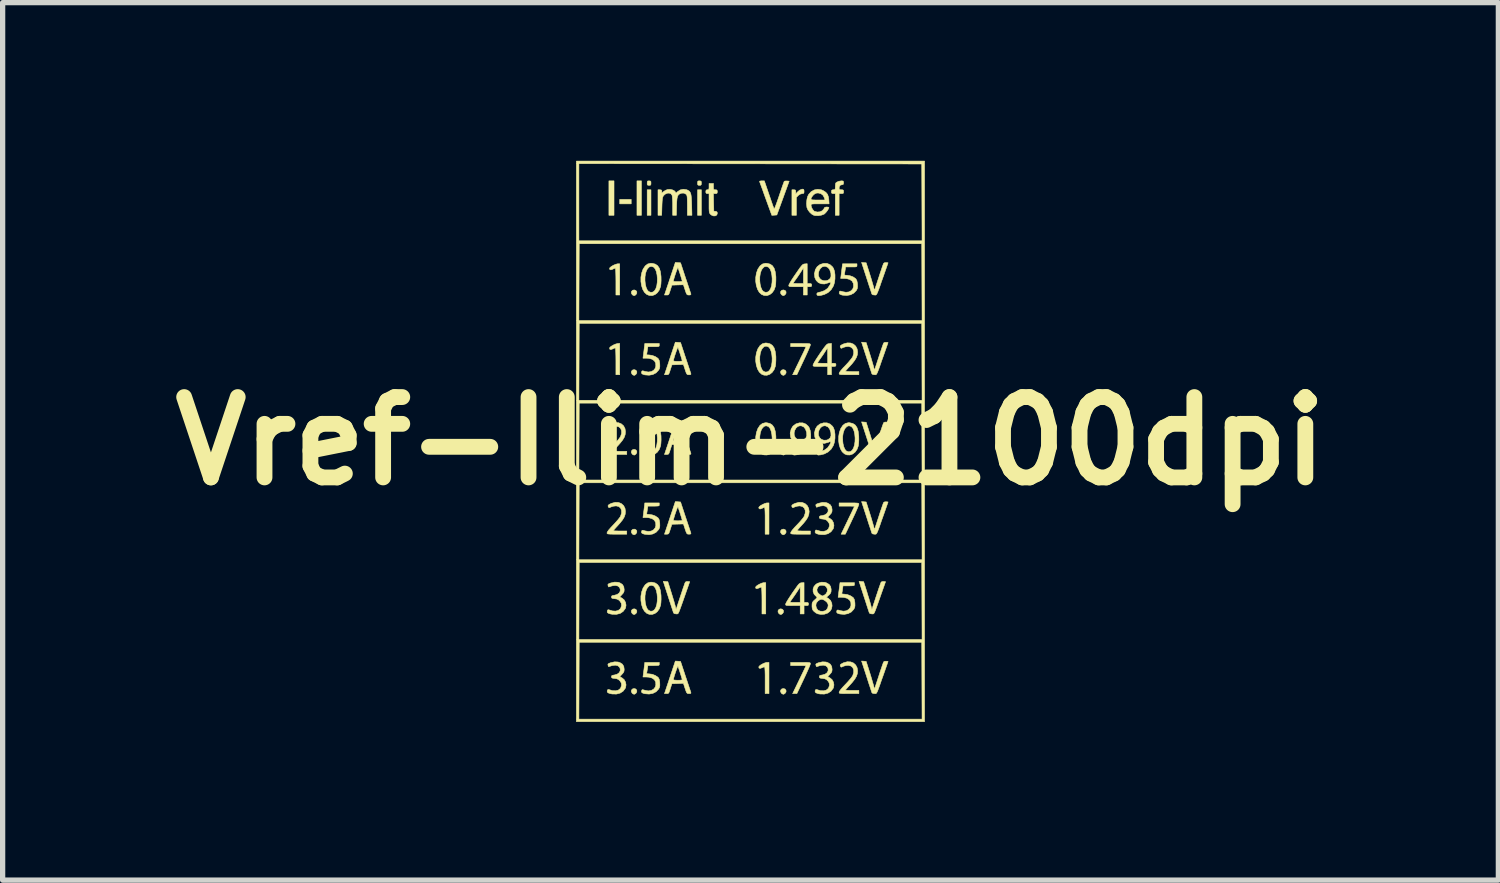
<source format=kicad_pcb>
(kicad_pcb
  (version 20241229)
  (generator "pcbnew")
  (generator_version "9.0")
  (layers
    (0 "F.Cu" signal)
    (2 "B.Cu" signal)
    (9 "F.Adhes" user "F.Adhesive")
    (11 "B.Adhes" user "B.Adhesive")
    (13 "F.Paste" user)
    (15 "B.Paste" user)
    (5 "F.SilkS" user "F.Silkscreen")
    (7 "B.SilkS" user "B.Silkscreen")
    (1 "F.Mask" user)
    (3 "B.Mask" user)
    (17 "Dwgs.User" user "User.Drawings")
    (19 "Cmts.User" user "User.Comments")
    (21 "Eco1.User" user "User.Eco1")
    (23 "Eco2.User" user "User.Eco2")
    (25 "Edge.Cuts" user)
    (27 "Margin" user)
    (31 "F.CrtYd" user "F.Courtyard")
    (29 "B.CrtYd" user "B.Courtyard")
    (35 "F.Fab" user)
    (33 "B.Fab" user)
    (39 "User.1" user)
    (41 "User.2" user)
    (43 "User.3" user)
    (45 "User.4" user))
  (footprint "Vref-Ilim-2100dpi"
    (layer "F.Cu")
    (at 11.183 5.315)
    (property "Reference" "Vref-Ilim-2100dpi" (at 0 0 0) (layer "F.SilkS") (effects (font (size 1.524 1.524) (thickness 0.3))))
    (attr through_hole)
    (fp_poly (pts (xy -2.588 -4.282) (xy -2.685 -4.282) (xy -2.685 -4.935) (xy -2.588 -4.935) (xy -2.588 -4.282)) (stroke (width 0.01) (type solid)) (fill yes) (layer "F.SilkS"))
    (fp_poly (pts (xy -2.262 -4.499) (xy -2.48 -4.499) (xy -2.48 -4.584) (xy -2.262 -4.584) (xy -2.262 -4.499)) (stroke (width 0.01) (type solid)) (fill yes) (layer "F.SilkS"))
    (fp_poly (pts (xy -2.068 -4.282) (xy -2.153 -4.282) (xy -2.153 -4.935) (xy -2.068 -4.935) (xy -2.068 -4.282)) (stroke (width 0.01) (type solid)) (fill yes) (layer "F.SilkS"))
    (fp_poly (pts (xy -1.887 -4.282) (xy -1.959 -4.282) (xy -1.959 -4.766) (xy -1.887 -4.766) (xy -1.887 -4.282)) (stroke (width 0.01) (type solid)) (fill yes) (layer "F.SilkS"))
    (fp_poly (pts (xy -0.931 -4.282) (xy -1.004 -4.282) (xy -1.004 -4.766) (xy -0.931 -4.766) (xy -0.931 -4.282)) (stroke (width 0.01) (type solid)) (fill yes) (layer "F.SilkS"))
    (fp_poly (pts (xy -2.175 -2.857) (xy -2.156 -2.834) (xy -2.156 -2.804) (xy -2.172 -2.777) (xy -2.194 -2.761) (xy -2.207 -2.758) (xy -2.229 -2.766) (xy -2.243 -2.777) (xy -2.26 -2.807) (xy -2.257 -2.837) (xy -2.237 -2.859) (xy -2.207 -2.867) (xy -2.175 -2.857)) (stroke (width 0.01) (type solid)) (fill yes) (layer "F.SilkS"))
    (fp_poly (pts (xy -2.175 -1.345) (xy -2.156 -1.322) (xy -2.156 -1.292) (xy -2.172 -1.265) (xy -2.194 -1.249) (xy -2.207 -1.246) (xy -2.229 -1.254) (xy -2.243 -1.265) (xy -2.26 -1.295) (xy -2.257 -1.325) (xy -2.237 -1.347) (xy -2.207 -1.355) (xy -2.175 -1.345)) (stroke (width 0.01) (type solid)) (fill yes) (layer "F.SilkS"))
    (fp_poly (pts (xy -2.175 0.167) (xy -2.156 0.19) (xy -2.156 0.22) (xy -2.172 0.247) (xy -2.194 0.263) (xy -2.207 0.266) (xy -2.229 0.258) (xy -2.243 0.247) (xy -2.26 0.217) (xy -2.257 0.187) (xy -2.237 0.165) (xy -2.207 0.157) (xy -2.175 0.167)) (stroke (width 0.01) (type solid)) (fill yes) (layer "F.SilkS"))
    (fp_poly (pts (xy -2.175 1.679) (xy -2.156 1.702) (xy -2.156 1.732) (xy -2.172 1.759) (xy -2.194 1.774) (xy -2.207 1.778) (xy -2.229 1.77) (xy -2.243 1.759) (xy -2.26 1.729) (xy -2.257 1.699) (xy -2.237 1.677) (xy -2.207 1.669) (xy -2.175 1.679)) (stroke (width 0.01) (type solid)) (fill yes) (layer "F.SilkS"))
    (fp_poly (pts (xy -2.175 3.19) (xy -2.156 3.214) (xy -2.156 3.244) (xy -2.172 3.271) (xy -2.194 3.286) (xy -2.207 3.29) (xy -2.229 3.282) (xy -2.243 3.271) (xy -2.26 3.241) (xy -2.257 3.211) (xy -2.237 3.189) (xy -2.207 3.181) (xy -2.175 3.19)) (stroke (width 0.01) (type solid)) (fill yes) (layer "F.SilkS"))
    (fp_poly (pts (xy -2.175 4.702) (xy -2.156 4.726) (xy -2.156 4.756) (xy -2.172 4.783) (xy -2.194 4.798) (xy -2.207 4.802) (xy -2.229 4.794) (xy -2.243 4.783) (xy -2.26 4.753) (xy -2.257 4.723) (xy -2.237 4.701) (xy -2.207 4.693) (xy -2.175 4.702)) (stroke (width 0.01) (type solid)) (fill yes) (layer "F.SilkS"))
    (fp_poly (pts (xy -1.899 -4.932) (xy -1.889 -4.921) (xy -1.887 -4.893) (xy -1.889 -4.864) (xy -1.899 -4.852) (xy -1.923 -4.85) (xy -1.948 -4.853) (xy -1.958 -4.865) (xy -1.959 -4.893) (xy -1.957 -4.921) (xy -1.947 -4.933) (xy -1.923 -4.935) (xy -1.899 -4.932)) (stroke (width 0.01) (type solid)) (fill yes) (layer "F.SilkS"))
    (fp_poly (pts (xy -0.943 -4.932) (xy -0.933 -4.921) (xy -0.931 -4.893) (xy -0.933 -4.864) (xy -0.944 -4.852) (xy -0.968 -4.85) (xy -0.992 -4.853) (xy -1.002 -4.865) (xy -1.004 -4.893) (xy -1.002 -4.921) (xy -0.992 -4.933) (xy -0.968 -4.935) (xy -0.943 -4.932)) (stroke (width 0.01) (type solid)) (fill yes) (layer "F.SilkS"))
    (fp_poly (pts (xy 0.607 3.19) (xy 0.626 3.214) (xy 0.626 3.244) (xy 0.61 3.271) (xy 0.588 3.286) (xy 0.575 3.29) (xy 0.553 3.282) (xy 0.539 3.271) (xy 0.522 3.241) (xy 0.525 3.211) (xy 0.545 3.189) (xy 0.575 3.181) (xy 0.607 3.19)) (stroke (width 0.01) (type solid)) (fill yes) (layer "F.SilkS"))
    (fp_poly (pts (xy 0.656 -2.857) (xy 0.674 -2.834) (xy 0.675 -2.804) (xy 0.658 -2.777) (xy 0.636 -2.761) (xy 0.623 -2.758) (xy 0.602 -2.766) (xy 0.587 -2.777) (xy 0.57 -2.807) (xy 0.573 -2.837) (xy 0.593 -2.859) (xy 0.623 -2.867) (xy 0.656 -2.857)) (stroke (width 0.01) (type solid)) (fill yes) (layer "F.SilkS"))
    (fp_poly (pts (xy 0.656 -1.345) (xy 0.674 -1.322) (xy 0.675 -1.292) (xy 0.658 -1.265) (xy 0.636 -1.249) (xy 0.623 -1.246) (xy 0.602 -1.254) (xy 0.587 -1.265) (xy 0.57 -1.295) (xy 0.573 -1.325) (xy 0.593 -1.347) (xy 0.623 -1.355) (xy 0.656 -1.345)) (stroke (width 0.01) (type solid)) (fill yes) (layer "F.SilkS"))
    (fp_poly (pts (xy 0.656 0.167) (xy 0.674 0.19) (xy 0.675 0.22) (xy 0.658 0.247) (xy 0.636 0.263) (xy 0.623 0.266) (xy 0.602 0.258) (xy 0.587 0.247) (xy 0.57 0.217) (xy 0.573 0.187) (xy 0.593 0.165) (xy 0.623 0.157) (xy 0.656 0.167)) (stroke (width 0.01) (type solid)) (fill yes) (layer "F.SilkS"))
    (fp_poly (pts (xy 0.656 1.679) (xy 0.674 1.702) (xy 0.675 1.732) (xy 0.658 1.759) (xy 0.636 1.774) (xy 0.623 1.778) (xy 0.602 1.77) (xy 0.587 1.759) (xy 0.57 1.729) (xy 0.573 1.699) (xy 0.593 1.677) (xy 0.623 1.669) (xy 0.656 1.679)) (stroke (width 0.01) (type solid)) (fill yes) (layer "F.SilkS"))
    (fp_poly (pts (xy 0.656 4.702) (xy 0.674 4.726) (xy 0.675 4.756) (xy 0.658 4.783) (xy 0.636 4.798) (xy 0.623 4.802) (xy 0.602 4.794) (xy 0.587 4.783) (xy 0.57 4.753) (xy 0.573 4.723) (xy 0.593 4.701) (xy 0.623 4.693) (xy 0.656 4.702)) (stroke (width 0.01) (type solid)) (fill yes) (layer "F.SilkS"))
    (fp_poly (pts (xy -2.48 -2.77) (xy -2.552 -2.77) (xy -2.552 -3.024) (xy -2.553 -3.122) (xy -2.555 -3.197) (xy -2.558 -3.247) (xy -2.562 -3.274) (xy -2.565 -3.278) (xy -2.584 -3.273) (xy -2.612 -3.26) (xy -2.614 -3.259) (xy -2.648 -3.247) (xy -2.668 -3.254) (xy -2.673 -3.276) (xy -2.663 -3.292) (xy -2.636 -3.313) (xy -2.6 -3.334) (xy -2.56 -3.351) (xy -2.525 -3.361) (xy -2.513 -3.362) (xy -2.48 -3.362) (xy -2.48 -2.77)) (stroke (width 0.01) (type solid)) (fill yes) (layer "F.SilkS"))
    (fp_poly (pts (xy -2.48 -1.258) (xy -2.552 -1.258) (xy -2.552 -1.512) (xy -2.553 -1.611) (xy -2.555 -1.685) (xy -2.558 -1.735) (xy -2.562 -1.762) (xy -2.565 -1.766) (xy -2.584 -1.761) (xy -2.612 -1.748) (xy -2.614 -1.747) (xy -2.648 -1.735) (xy -2.668 -1.742) (xy -2.673 -1.764) (xy -2.663 -1.781) (xy -2.636 -1.801) (xy -2.6 -1.822) (xy -2.56 -1.839) (xy -2.525 -1.849) (xy -2.513 -1.851) (xy -2.48 -1.851) (xy -2.48 -1.258)) (stroke (width 0.01) (type solid)) (fill yes) (layer "F.SilkS"))
    (fp_poly (pts (xy 0.29 3.278) (xy 0.218 3.278) (xy 0.218 3.024) (xy 0.217 2.925) (xy 0.215 2.851) (xy 0.212 2.8) (xy 0.208 2.774) (xy 0.205 2.77) (xy 0.186 2.775) (xy 0.158 2.788) (xy 0.156 2.788) (xy 0.122 2.8) (xy 0.102 2.793) (xy 0.097 2.772) (xy 0.107 2.755) (xy 0.134 2.734) (xy 0.17 2.714) (xy 0.209 2.696) (xy 0.245 2.686) (xy 0.257 2.685) (xy 0.29 2.685) (xy 0.29 3.278)) (stroke (width 0.01) (type solid)) (fill yes) (layer "F.SilkS"))
    (fp_poly (pts (xy 0.351 1.766) (xy 0.278 1.766) (xy 0.278 1.512) (xy 0.278 1.413) (xy 0.276 1.339) (xy 0.273 1.288) (xy 0.269 1.262) (xy 0.265 1.258) (xy 0.247 1.263) (xy 0.219 1.276) (xy 0.217 1.277) (xy 0.182 1.289) (xy 0.163 1.281) (xy 0.157 1.26) (xy 0.168 1.243) (xy 0.194 1.222) (xy 0.231 1.202) (xy 0.27 1.184) (xy 0.305 1.174) (xy 0.318 1.173) (xy 0.351 1.173) (xy 0.351 1.766)) (stroke (width 0.01) (type solid)) (fill yes) (layer "F.SilkS"))
    (fp_poly (pts (xy 0.351 4.79) (xy 0.278 4.79) (xy 0.278 4.536) (xy 0.278 4.437) (xy 0.276 4.363) (xy 0.273 4.312) (xy 0.269 4.286) (xy 0.265 4.282) (xy 0.247 4.287) (xy 0.219 4.299) (xy 0.217 4.3) (xy 0.182 4.312) (xy 0.163 4.305) (xy 0.157 4.284) (xy 0.168 4.267) (xy 0.194 4.246) (xy 0.231 4.225) (xy 0.27 4.208) (xy 0.305 4.198) (xy 0.318 4.197) (xy 0.351 4.197) (xy 0.351 4.79)) (stroke (width 0.01) (type solid)) (fill yes) (layer "F.SilkS"))
    (fp_poly (pts (xy 1.008 -4.773) (xy 1.015 -4.755) (xy 1.016 -4.735) (xy 1.014 -4.707) (xy 1.004 -4.695) (xy 0.979 -4.693) (xy 0.937 -4.681) (xy 0.906 -4.658) (xy 0.871 -4.622) (xy 0.871 -4.282) (xy 0.786 -4.282) (xy 0.786 -4.766) (xy 0.822 -4.766) (xy 0.847 -4.763) (xy 0.857 -4.75) (xy 0.859 -4.726) (xy 0.859 -4.687) (xy 0.886 -4.719) (xy 0.93 -4.758) (xy 0.977 -4.777) (xy 0.991 -4.778) (xy 1.008 -4.773)) (stroke (width 0.01) (type solid)) (fill yes) (layer "F.SilkS"))
    (fp_poly (pts (xy 1.02 -1.85) (xy 1.071 -1.85) (xy 1.104 -1.848) (xy 1.124 -1.845) (xy 1.133 -1.839) (xy 1.137 -1.832) (xy 1.137 -1.825) (xy 1.132 -1.808) (xy 1.118 -1.772) (xy 1.096 -1.72) (xy 1.068 -1.657) (xy 1.035 -1.586) (xy 1.008 -1.529) (xy 0.88 -1.258) (xy 0.799 -1.258) (xy 0.926 -1.519) (xy 0.961 -1.593) (xy 0.993 -1.658) (xy 1.019 -1.713) (xy 1.038 -1.755) (xy 1.05 -1.78) (xy 1.052 -1.786) (xy 1.041 -1.787) (xy 1.01 -1.789) (xy 0.964 -1.79) (xy 0.909 -1.79) (xy 0.762 -1.79) (xy 0.762 -1.851) (xy 0.949 -1.851) (xy 1.02 -1.85)) (stroke (width 0.01) (type solid)) (fill yes) (layer "F.SilkS"))
    (fp_poly (pts (xy 1.02 4.197) (xy 1.071 4.198) (xy 1.104 4.2) (xy 1.124 4.203) (xy 1.133 4.208) (xy 1.137 4.216) (xy 1.137 4.222) (xy 1.132 4.24) (xy 1.118 4.276) (xy 1.096 4.327) (xy 1.068 4.39) (xy 1.035 4.462) (xy 1.008 4.519) (xy 0.88 4.79) (xy 0.799 4.79) (xy 0.926 4.528) (xy 0.961 4.455) (xy 0.993 4.389) (xy 1.019 4.334) (xy 1.038 4.293) (xy 1.05 4.268) (xy 1.052 4.262) (xy 1.041 4.26) (xy 1.01 4.259) (xy 0.964 4.258) (xy 0.909 4.258) (xy 0.762 4.258) (xy 0.762 4.197) (xy 0.949 4.197) (xy 1.02 4.197)) (stroke (width 0.01) (type solid)) (fill yes) (layer "F.SilkS"))
    (fp_poly (pts (xy 1.94 1.173) (xy 1.99 1.174) (xy 2.023 1.176) (xy 2.043 1.179) (xy 2.053 1.184) (xy 2.056 1.192) (xy 2.056 1.198) (xy 2.051 1.216) (xy 2.037 1.252) (xy 2.015 1.303) (xy 1.987 1.367) (xy 1.954 1.438) (xy 1.927 1.495) (xy 1.799 1.766) (xy 1.719 1.766) (xy 1.845 1.504) (xy 1.88 1.431) (xy 1.912 1.366) (xy 1.938 1.31) (xy 1.958 1.269) (xy 1.969 1.244) (xy 1.972 1.238) (xy 1.96 1.236) (xy 1.929 1.235) (xy 1.884 1.234) (xy 1.828 1.234) (xy 1.826 1.234) (xy 1.681 1.234) (xy 1.681 1.173) (xy 1.869 1.173) (xy 1.94 1.173)) (stroke (width 0.01) (type solid)) (fill yes) (layer "F.SilkS"))
    (fp_poly (pts (xy 0.351 -4.678) (xy 0.377 -4.603) (xy 0.4 -4.535) (xy 0.42 -4.477) (xy 0.436 -4.434) (xy 0.446 -4.409) (xy 0.448 -4.404) (xy 0.454 -4.409) (xy 0.467 -4.436) (xy 0.485 -4.483) (xy 0.508 -4.547) (xy 0.536 -4.627) (xy 0.544 -4.652) (xy 0.57 -4.728) (xy 0.593 -4.796) (xy 0.613 -4.854) (xy 0.629 -4.896) (xy 0.638 -4.922) (xy 0.641 -4.927) (xy 0.658 -4.932) (xy 0.688 -4.933) (xy 0.692 -4.933) (xy 0.734 -4.929) (xy 0.617 -4.608) (xy 0.5 -4.288) (xy 0.453 -4.284) (xy 0.405 -4.281) (xy 0.29 -4.597) (xy 0.26 -4.68) (xy 0.233 -4.756) (xy 0.209 -4.821) (xy 0.19 -4.873) (xy 0.177 -4.908) (xy 0.172 -4.924) (xy 0.171 -4.924) (xy 0.179 -4.931) (xy 0.204 -4.935) (xy 0.215 -4.935) (xy 0.263 -4.935) (xy 0.351 -4.678)) (stroke (width 0.01) (type solid)) (fill yes) (layer "F.SilkS"))
    (fp_poly (pts (xy -1.611 2.663) (xy -1.567 2.667) (xy -1.51 2.848) (xy -1.488 2.919) (xy -1.467 2.988) (xy -1.448 3.05) (xy -1.435 3.098) (xy -1.431 3.111) (xy -1.41 3.192) (xy -1.328 2.942) (xy -1.303 2.867) (xy -1.281 2.8) (xy -1.261 2.744) (xy -1.247 2.702) (xy -1.237 2.679) (xy -1.236 2.675) (xy -1.216 2.665) (xy -1.188 2.663) (xy -1.152 2.667) (xy -1.241 2.921) (xy -1.276 3.021) (xy -1.304 3.1) (xy -1.326 3.161) (xy -1.343 3.207) (xy -1.356 3.239) (xy -1.366 3.26) (xy -1.375 3.272) (xy -1.383 3.277) (xy -1.392 3.279) (xy -1.402 3.278) (xy -1.41 3.278) (xy -1.443 3.273) (xy -1.459 3.26) (xy -1.464 3.245) (xy -1.476 3.209) (xy -1.493 3.157) (xy -1.514 3.092) (xy -1.539 3.017) (xy -1.56 2.951) (xy -1.654 2.66) (xy -1.611 2.663)) (stroke (width 0.01) (type solid)) (fill yes) (layer "F.SilkS"))
    (fp_poly (pts (xy 1.756 -4.932) (xy 1.765 -4.917) (xy 1.766 -4.899) (xy 1.762 -4.872) (xy 1.749 -4.863) (xy 1.738 -4.862) (xy 1.703 -4.853) (xy 1.685 -4.826) (xy 1.681 -4.799) (xy 1.684 -4.777) (xy 1.697 -4.767) (xy 1.724 -4.766) (xy 1.752 -4.764) (xy 1.764 -4.753) (xy 1.766 -4.729) (xy 1.764 -4.705) (xy 1.752 -4.695) (xy 1.724 -4.693) (xy 1.681 -4.693) (xy 1.681 -4.282) (xy 1.609 -4.282) (xy 1.609 -4.693) (xy 1.572 -4.693) (xy 1.547 -4.696) (xy 1.537 -4.71) (xy 1.536 -4.729) (xy 1.539 -4.755) (xy 1.553 -4.764) (xy 1.572 -4.766) (xy 1.594 -4.767) (xy 1.605 -4.776) (xy 1.608 -4.798) (xy 1.609 -4.823) (xy 1.611 -4.86) (xy 1.615 -4.888) (xy 1.618 -4.895) (xy 1.64 -4.912) (xy 1.676 -4.927) (xy 1.718 -4.934) (xy 1.73 -4.935) (xy 1.756 -4.932)) (stroke (width 0.01) (type solid)) (fill yes) (layer "F.SilkS"))
    (fp_poly (pts (xy 2.102 2.663) (xy 2.146 2.667) (xy 2.204 2.848) (xy 2.225 2.919) (xy 2.247 2.988) (xy 2.265 3.05) (xy 2.279 3.098) (xy 2.282 3.111) (xy 2.303 3.192) (xy 2.385 2.942) (xy 2.41 2.867) (xy 2.432 2.8) (xy 2.452 2.744) (xy 2.467 2.702) (xy 2.476 2.679) (xy 2.478 2.675) (xy 2.497 2.665) (xy 2.525 2.663) (xy 2.562 2.667) (xy 2.472 2.921) (xy 2.437 3.021) (xy 2.409 3.1) (xy 2.387 3.161) (xy 2.37 3.207) (xy 2.357 3.239) (xy 2.347 3.26) (xy 2.338 3.272) (xy 2.33 3.277) (xy 2.321 3.279) (xy 2.311 3.278) (xy 2.303 3.278) (xy 2.27 3.273) (xy 2.254 3.26) (xy 2.249 3.245) (xy 2.237 3.209) (xy 2.22 3.157) (xy 2.199 3.092) (xy 2.175 3.017) (xy 2.153 2.951) (xy 2.059 2.66) (xy 2.102 2.663)) (stroke (width 0.01) (type solid)) (fill yes) (layer "F.SilkS"))
    (fp_poly (pts (xy 2.151 -3.384) (xy 2.194 -3.381) (xy 2.252 -3.199) (xy 2.274 -3.129) (xy 2.295 -3.06) (xy 2.313 -2.998) (xy 2.327 -2.95) (xy 2.331 -2.937) (xy 2.352 -2.856) (xy 2.434 -3.106) (xy 2.458 -3.18) (xy 2.481 -3.247) (xy 2.5 -3.304) (xy 2.515 -3.345) (xy 2.524 -3.369) (xy 2.526 -3.372) (xy 2.545 -3.383) (xy 2.573 -3.385) (xy 2.61 -3.381) (xy 2.521 -3.127) (xy 2.485 -3.027) (xy 2.458 -2.947) (xy 2.436 -2.886) (xy 2.419 -2.841) (xy 2.406 -2.809) (xy 2.395 -2.788) (xy 2.387 -2.776) (xy 2.378 -2.77) (xy 2.37 -2.769) (xy 2.359 -2.77) (xy 2.351 -2.77) (xy 2.319 -2.775) (xy 2.303 -2.787) (xy 2.297 -2.803) (xy 2.286 -2.839) (xy 2.269 -2.891) (xy 2.247 -2.956) (xy 2.223 -3.031) (xy 2.202 -3.096) (xy 2.107 -3.388) (xy 2.151 -3.384)) (stroke (width 0.01) (type solid)) (fill yes) (layer "F.SilkS"))
    (fp_poly (pts (xy 2.151 -1.872) (xy 2.194 -1.869) (xy 2.252 -1.687) (xy 2.274 -1.617) (xy 2.295 -1.548) (xy 2.313 -1.486) (xy 2.327 -1.438) (xy 2.331 -1.425) (xy 2.352 -1.344) (xy 2.434 -1.594) (xy 2.458 -1.668) (xy 2.481 -1.735) (xy 2.5 -1.792) (xy 2.515 -1.833) (xy 2.524 -1.857) (xy 2.526 -1.861) (xy 2.545 -1.871) (xy 2.573 -1.873) (xy 2.61 -1.869) (xy 2.521 -1.615) (xy 2.485 -1.515) (xy 2.458 -1.436) (xy 2.436 -1.374) (xy 2.419 -1.329) (xy 2.406 -1.297) (xy 2.395 -1.276) (xy 2.387 -1.264) (xy 2.378 -1.258) (xy 2.37 -1.257) (xy 2.359 -1.258) (xy 2.351 -1.258) (xy 2.319 -1.263) (xy 2.303 -1.275) (xy 2.297 -1.291) (xy 2.286 -1.327) (xy 2.269 -1.379) (xy 2.247 -1.444) (xy 2.223 -1.519) (xy 2.202 -1.584) (xy 2.107 -1.876) (xy 2.151 -1.872)) (stroke (width 0.01) (type solid)) (fill yes) (layer "F.SilkS"))
    (fp_poly (pts (xy 2.151 -0.36) (xy 2.194 -0.357) (xy 2.252 -0.175) (xy 2.274 -0.105) (xy 2.295 -0.036) (xy 2.313 0.026) (xy 2.327 0.074) (xy 2.331 0.087) (xy 2.352 0.168) (xy 2.434 -0.082) (xy 2.458 -0.157) (xy 2.481 -0.224) (xy 2.5 -0.28) (xy 2.515 -0.321) (xy 2.524 -0.345) (xy 2.526 -0.349) (xy 2.545 -0.359) (xy 2.573 -0.361) (xy 2.61 -0.357) (xy 2.521 -0.103) (xy 2.485 -0.003) (xy 2.458 0.076) (xy 2.436 0.138) (xy 2.419 0.183) (xy 2.406 0.215) (xy 2.395 0.236) (xy 2.387 0.248) (xy 2.378 0.254) (xy 2.37 0.255) (xy 2.359 0.254) (xy 2.351 0.254) (xy 2.319 0.249) (xy 2.303 0.237) (xy 2.297 0.221) (xy 2.286 0.185) (xy 2.269 0.133) (xy 2.247 0.068) (xy 2.223 -0.007) (xy 2.202 -0.072) (xy 2.107 -0.364) (xy 2.151 -0.36)) (stroke (width 0.01) (type solid)) (fill yes) (layer "F.SilkS"))
    (fp_poly (pts (xy 2.151 1.151) (xy 2.194 1.155) (xy 2.252 1.337) (xy 2.274 1.407) (xy 2.295 1.476) (xy 2.313 1.538) (xy 2.327 1.586) (xy 2.331 1.599) (xy 2.352 1.68) (xy 2.434 1.43) (xy 2.458 1.355) (xy 2.481 1.288) (xy 2.5 1.232) (xy 2.515 1.19) (xy 2.524 1.167) (xy 2.526 1.163) (xy 2.545 1.153) (xy 2.573 1.151) (xy 2.61 1.155) (xy 2.521 1.409) (xy 2.485 1.509) (xy 2.458 1.588) (xy 2.436 1.65) (xy 2.419 1.695) (xy 2.406 1.727) (xy 2.395 1.748) (xy 2.387 1.76) (xy 2.378 1.765) (xy 2.37 1.767) (xy 2.359 1.766) (xy 2.351 1.766) (xy 2.319 1.761) (xy 2.303 1.749) (xy 2.297 1.733) (xy 2.286 1.697) (xy 2.269 1.645) (xy 2.247 1.58) (xy 2.223 1.505) (xy 2.202 1.439) (xy 2.107 1.148) (xy 2.151 1.151)) (stroke (width 0.01) (type solid)) (fill yes) (layer "F.SilkS"))
    (fp_poly (pts (xy 2.151 4.175) (xy 2.194 4.179) (xy 2.252 4.36) (xy 2.274 4.43) (xy 2.295 4.5) (xy 2.313 4.562) (xy 2.327 4.61) (xy 2.331 4.623) (xy 2.352 4.704) (xy 2.434 4.454) (xy 2.458 4.379) (xy 2.481 4.312) (xy 2.5 4.256) (xy 2.515 4.214) (xy 2.524 4.191) (xy 2.526 4.187) (xy 2.545 4.176) (xy 2.573 4.175) (xy 2.61 4.179) (xy 2.521 4.433) (xy 2.485 4.533) (xy 2.458 4.612) (xy 2.436 4.673) (xy 2.419 4.719) (xy 2.406 4.751) (xy 2.395 4.772) (xy 2.387 4.784) (xy 2.378 4.789) (xy 2.37 4.791) (xy 2.359 4.79) (xy 2.351 4.79) (xy 2.319 4.785) (xy 2.303 4.772) (xy 2.297 4.756) (xy 2.286 4.721) (xy 2.269 4.669) (xy 2.247 4.604) (xy 2.223 4.529) (xy 2.202 4.463) (xy 2.107 4.172) (xy 2.151 4.175)) (stroke (width 0.01) (type solid)) (fill yes) (layer "F.SilkS"))
    (fp_poly (pts (xy -0.702 -4.826) (xy -0.701 -4.79) (xy -0.696 -4.772) (xy -0.683 -4.766) (xy -0.665 -4.766) (xy -0.64 -4.763) (xy -0.63 -4.748) (xy -0.629 -4.729) (xy -0.632 -4.704) (xy -0.646 -4.694) (xy -0.666 -4.693) (xy -0.702 -4.693) (xy -0.699 -4.527) (xy -0.695 -4.36) (xy -0.662 -4.357) (xy -0.638 -4.349) (xy -0.629 -4.33) (xy -0.629 -4.318) (xy -0.638 -4.289) (xy -0.663 -4.272) (xy -0.696 -4.269) (xy -0.732 -4.281) (xy -0.757 -4.299) (xy -0.768 -4.312) (xy -0.776 -4.325) (xy -0.781 -4.343) (xy -0.784 -4.371) (xy -0.786 -4.413) (xy -0.786 -4.472) (xy -0.786 -4.511) (xy -0.786 -4.693) (xy -0.816 -4.693) (xy -0.838 -4.697) (xy -0.846 -4.713) (xy -0.847 -4.729) (xy -0.843 -4.755) (xy -0.83 -4.765) (xy -0.816 -4.766) (xy -0.798 -4.767) (xy -0.79 -4.777) (xy -0.786 -4.802) (xy -0.786 -4.826) (xy -0.786 -4.886) (xy -0.702 -4.886) (xy -0.702 -4.826)) (stroke (width 0.01) (type solid)) (fill yes) (layer "F.SilkS"))
    (fp_poly (pts (xy 1.016 3.06) (xy 1.058 3.06) (xy 1.087 3.062) (xy 1.099 3.073) (xy 1.101 3.09) (xy 1.098 3.111) (xy 1.083 3.119) (xy 1.058 3.121) (xy 1.016 3.121) (xy 1.016 3.278) (xy 0.943 3.278) (xy 0.943 3.121) (xy 0.804 3.121) (xy 0.745 3.12) (xy 0.705 3.119) (xy 0.682 3.117) (xy 0.67 3.111) (xy 0.666 3.103) (xy 0.666 3.093) (xy 0.673 3.075) (xy 0.685 3.054) (xy 0.75 3.054) (xy 0.761 3.057) (xy 0.791 3.059) (xy 0.833 3.06) (xy 0.847 3.06) (xy 0.943 3.06) (xy 0.943 2.912) (xy 0.943 2.764) (xy 0.895 2.84) (xy 0.862 2.89) (xy 0.825 2.944) (xy 0.798 2.982) (xy 0.774 3.016) (xy 0.756 3.041) (xy 0.75 3.054) (xy 0.685 3.054) (xy 0.691 3.041) (xy 0.72 2.994) (xy 0.756 2.939) (xy 0.796 2.879) (xy 0.842 2.813) (xy 0.876 2.765) (xy 0.901 2.731) (xy 0.921 2.709) (xy 0.937 2.697) (xy 0.951 2.69) (xy 0.967 2.688) (xy 0.971 2.687) (xy 1.016 2.684) (xy 1.016 3.06)) (stroke (width 0.01) (type solid)) (fill yes) (layer "F.SilkS"))
    (fp_poly (pts (xy 1.076 -2.988) (xy 1.119 -2.988) (xy 1.147 -2.985) (xy 1.159 -2.975) (xy 1.161 -2.957) (xy 1.158 -2.937) (xy 1.144 -2.928) (xy 1.119 -2.927) (xy 1.076 -2.927) (xy 1.076 -2.77) (xy 1.004 -2.77) (xy 1.004 -2.927) (xy 0.865 -2.927) (xy 0.805 -2.927) (xy 0.766 -2.928) (xy 0.742 -2.931) (xy 0.73 -2.936) (xy 0.727 -2.945) (xy 0.726 -2.954) (xy 0.733 -2.973) (xy 0.745 -2.994) (xy 0.81 -2.994) (xy 0.822 -2.991) (xy 0.851 -2.989) (xy 0.893 -2.988) (xy 0.907 -2.988) (xy 1.004 -2.988) (xy 1.004 -3.136) (xy 1.004 -3.284) (xy 0.955 -3.208) (xy 0.922 -3.157) (xy 0.886 -3.104) (xy 0.859 -3.066) (xy 0.834 -3.032) (xy 0.817 -3.006) (xy 0.81 -2.994) (xy 0.745 -2.994) (xy 0.752 -3.007) (xy 0.78 -3.054) (xy 0.816 -3.109) (xy 0.857 -3.169) (xy 0.902 -3.234) (xy 0.936 -3.283) (xy 0.962 -3.316) (xy 0.981 -3.338) (xy 0.997 -3.351) (xy 1.012 -3.357) (xy 1.027 -3.36) (xy 1.031 -3.36) (xy 1.076 -3.364) (xy 1.076 -2.988)) (stroke (width 0.01) (type solid)) (fill yes) (layer "F.SilkS"))
    (fp_poly (pts (xy 1.536 -1.476) (xy 1.578 -1.476) (xy 1.607 -1.473) (xy 1.619 -1.463) (xy 1.621 -1.445) (xy 1.618 -1.425) (xy 1.603 -1.417) (xy 1.578 -1.415) (xy 1.536 -1.415) (xy 1.536 -1.258) (xy 1.464 -1.258) (xy 1.464 -1.415) (xy 1.324 -1.415) (xy 1.265 -1.415) (xy 1.225 -1.416) (xy 1.202 -1.419) (xy 1.19 -1.425) (xy 1.186 -1.433) (xy 1.186 -1.442) (xy 1.193 -1.461) (xy 1.205 -1.482) (xy 1.27 -1.482) (xy 1.281 -1.479) (xy 1.311 -1.477) (xy 1.353 -1.476) (xy 1.367 -1.476) (xy 1.464 -1.476) (xy 1.463 -1.624) (xy 1.463 -1.772) (xy 1.415 -1.696) (xy 1.382 -1.645) (xy 1.345 -1.592) (xy 1.318 -1.554) (xy 1.294 -1.52) (xy 1.277 -1.494) (xy 1.27 -1.482) (xy 1.205 -1.482) (xy 1.212 -1.495) (xy 1.24 -1.542) (xy 1.276 -1.597) (xy 1.316 -1.657) (xy 1.362 -1.723) (xy 1.396 -1.771) (xy 1.422 -1.804) (xy 1.441 -1.826) (xy 1.457 -1.839) (xy 1.471 -1.845) (xy 1.487 -1.848) (xy 1.491 -1.848) (xy 1.536 -1.852) (xy 1.536 -1.476)) (stroke (width 0.01) (type solid)) (fill yes) (layer "F.SilkS"))
    (fp_poly (pts (xy -1.73 -1.82) (xy -1.73 -1.806) (xy -1.736 -1.797) (xy -1.752 -1.792) (xy -1.781 -1.79) (xy -1.829 -1.79) (xy -1.838 -1.79) (xy -1.946 -1.79) (xy -1.954 -1.733) (xy -1.96 -1.694) (xy -1.965 -1.662) (xy -1.967 -1.654) (xy -1.967 -1.641) (xy -1.954 -1.634) (xy -1.921 -1.633) (xy -1.921 -1.633) (xy -1.863 -1.624) (xy -1.806 -1.603) (xy -1.759 -1.572) (xy -1.748 -1.561) (xy -1.731 -1.53) (xy -1.722 -1.482) (xy -1.72 -1.46) (xy -1.719 -1.414) (xy -1.724 -1.381) (xy -1.737 -1.353) (xy -1.744 -1.343) (xy -1.79 -1.294) (xy -1.851 -1.262) (xy -1.923 -1.249) (xy -2.002 -1.255) (xy -2.023 -1.26) (xy -2.056 -1.274) (xy -2.068 -1.293) (xy -2.062 -1.322) (xy -2.054 -1.331) (xy -2.039 -1.332) (xy -2.009 -1.324) (xy -2.001 -1.321) (xy -1.939 -1.31) (xy -1.883 -1.317) (xy -1.838 -1.341) (xy -1.807 -1.38) (xy -1.795 -1.421) (xy -1.798 -1.477) (xy -1.822 -1.521) (xy -1.865 -1.552) (xy -1.925 -1.569) (xy -1.972 -1.572) (xy -2.039 -1.572) (xy -2.021 -1.711) (xy -2.004 -1.851) (xy -1.73 -1.851) (xy -1.73 -1.82)) (stroke (width 0.01) (type solid)) (fill yes) (layer "F.SilkS"))
    (fp_poly (pts (xy -1.73 1.203) (xy -1.73 1.218) (xy -1.736 1.227) (xy -1.752 1.231) (xy -1.781 1.233) (xy -1.829 1.234) (xy -1.838 1.234) (xy -1.946 1.234) (xy -1.954 1.291) (xy -1.96 1.33) (xy -1.965 1.361) (xy -1.967 1.37) (xy -1.967 1.383) (xy -1.954 1.389) (xy -1.921 1.391) (xy -1.921 1.391) (xy -1.863 1.4) (xy -1.806 1.421) (xy -1.759 1.452) (xy -1.748 1.462) (xy -1.731 1.493) (xy -1.722 1.542) (xy -1.72 1.564) (xy -1.719 1.61) (xy -1.724 1.642) (xy -1.737 1.67) (xy -1.744 1.681) (xy -1.79 1.73) (xy -1.851 1.762) (xy -1.923 1.775) (xy -2.002 1.768) (xy -2.023 1.763) (xy -2.056 1.75) (xy -2.068 1.731) (xy -2.062 1.702) (xy -2.054 1.693) (xy -2.039 1.692) (xy -2.009 1.7) (xy -2.001 1.703) (xy -1.939 1.714) (xy -1.883 1.707) (xy -1.838 1.683) (xy -1.807 1.644) (xy -1.795 1.603) (xy -1.798 1.547) (xy -1.822 1.503) (xy -1.865 1.472) (xy -1.925 1.455) (xy -1.972 1.451) (xy -2.039 1.451) (xy -2.021 1.312) (xy -2.004 1.173) (xy -1.73 1.173) (xy -1.73 1.203)) (stroke (width 0.01) (type solid)) (fill yes) (layer "F.SilkS"))
    (fp_poly (pts (xy -1.73 4.227) (xy -1.73 4.242) (xy -1.736 4.251) (xy -1.752 4.255) (xy -1.781 4.257) (xy -1.829 4.258) (xy -1.838 4.258) (xy -1.946 4.258) (xy -1.954 4.315) (xy -1.96 4.354) (xy -1.965 4.385) (xy -1.967 4.394) (xy -1.967 4.407) (xy -1.954 4.413) (xy -1.921 4.415) (xy -1.921 4.415) (xy -1.863 4.423) (xy -1.806 4.445) (xy -1.759 4.476) (xy -1.748 4.486) (xy -1.731 4.517) (xy -1.722 4.565) (xy -1.72 4.588) (xy -1.719 4.634) (xy -1.724 4.666) (xy -1.737 4.694) (xy -1.744 4.705) (xy -1.79 4.754) (xy -1.851 4.785) (xy -1.923 4.798) (xy -2.002 4.792) (xy -2.023 4.787) (xy -2.056 4.774) (xy -2.068 4.755) (xy -2.062 4.726) (xy -2.054 4.716) (xy -2.039 4.716) (xy -2.009 4.724) (xy -2.001 4.726) (xy -1.939 4.738) (xy -1.883 4.73) (xy -1.838 4.706) (xy -1.807 4.667) (xy -1.795 4.626) (xy -1.798 4.57) (xy -1.822 4.526) (xy -1.865 4.495) (xy -1.925 4.478) (xy -1.972 4.475) (xy -2.039 4.475) (xy -2.021 4.336) (xy -2.004 4.197) (xy -1.73 4.197) (xy -1.73 4.227)) (stroke (width 0.01) (type solid)) (fill yes) (layer "F.SilkS"))
    (fp_poly (pts (xy 1.972 2.715) (xy 1.971 2.73) (xy 1.965 2.739) (xy 1.95 2.743) (xy 1.92 2.745) (xy 1.872 2.746) (xy 1.863 2.746) (xy 1.755 2.746) (xy 1.747 2.803) (xy 1.742 2.842) (xy 1.736 2.873) (xy 1.734 2.882) (xy 1.734 2.895) (xy 1.747 2.901) (xy 1.78 2.903) (xy 1.78 2.903) (xy 1.838 2.911) (xy 1.895 2.933) (xy 1.942 2.964) (xy 1.953 2.974) (xy 1.97 3.005) (xy 1.979 3.053) (xy 1.981 3.076) (xy 1.982 3.122) (xy 1.977 3.154) (xy 1.964 3.182) (xy 1.957 3.193) (xy 1.911 3.242) (xy 1.85 3.273) (xy 1.778 3.287) (xy 1.699 3.28) (xy 1.678 3.275) (xy 1.645 3.262) (xy 1.634 3.243) (xy 1.639 3.214) (xy 1.647 3.205) (xy 1.662 3.204) (xy 1.692 3.212) (xy 1.7 3.215) (xy 1.762 3.226) (xy 1.818 3.219) (xy 1.863 3.194) (xy 1.894 3.155) (xy 1.906 3.115) (xy 1.903 3.059) (xy 1.879 3.015) (xy 1.837 2.983) (xy 1.776 2.966) (xy 1.729 2.963) (xy 1.662 2.963) (xy 1.68 2.824) (xy 1.698 2.685) (xy 1.972 2.685) (xy 1.972 2.715)) (stroke (width 0.01) (type solid)) (fill yes) (layer "F.SilkS"))
    (fp_poly (pts (xy 2.02 -3.332) (xy 2.019 -3.318) (xy 2.013 -3.309) (xy 1.998 -3.304) (xy 1.969 -3.302) (xy 1.92 -3.302) (xy 1.912 -3.302) (xy 1.804 -3.302) (xy 1.796 -3.245) (xy 1.79 -3.206) (xy 1.784 -3.174) (xy 1.782 -3.166) (xy 1.782 -3.153) (xy 1.796 -3.146) (xy 1.828 -3.144) (xy 1.829 -3.144) (xy 1.886 -3.136) (xy 1.944 -3.115) (xy 1.99 -3.084) (xy 2.001 -3.073) (xy 2.018 -3.042) (xy 2.028 -2.994) (xy 2.03 -2.972) (xy 2.031 -2.926) (xy 2.026 -2.893) (xy 2.013 -2.865) (xy 2.006 -2.854) (xy 1.959 -2.806) (xy 1.898 -2.774) (xy 1.827 -2.761) (xy 1.748 -2.767) (xy 1.727 -2.772) (xy 1.694 -2.786) (xy 1.682 -2.805) (xy 1.688 -2.833) (xy 1.695 -2.843) (xy 1.71 -2.844) (xy 1.74 -2.836) (xy 1.748 -2.833) (xy 1.811 -2.822) (xy 1.867 -2.829) (xy 1.912 -2.853) (xy 1.943 -2.892) (xy 1.955 -2.933) (xy 1.951 -2.989) (xy 1.928 -3.033) (xy 1.885 -3.064) (xy 1.824 -3.081) (xy 1.778 -3.084) (xy 1.711 -3.084) (xy 1.728 -3.223) (xy 1.746 -3.362) (xy 2.02 -3.362) (xy 2.02 -3.332)) (stroke (width 0.01) (type solid)) (fill yes) (layer "F.SilkS"))
    (fp_poly (pts (xy -1.866 -3.371) (xy -1.807 -3.357) (xy -1.762 -3.327) (xy -1.729 -3.279) (xy -1.708 -3.213) (xy -1.697 -3.127) (xy -1.696 -3.11) (xy -1.695 -3.045) (xy -1.698 -2.983) (xy -1.704 -2.935) (xy -1.705 -2.931) (xy -1.729 -2.865) (xy -1.766 -2.813) (xy -1.812 -2.777) (xy -1.865 -2.759) (xy -1.92 -2.762) (xy -1.967 -2.781) (xy -2.01 -2.82) (xy -2.044 -2.878) (xy -2.066 -2.948) (xy -2.078 -3.026) (xy -2.078 -3.044) (xy -2.001 -3.044) (xy -1.994 -2.976) (xy -1.979 -2.914) (xy -1.957 -2.865) (xy -1.931 -2.836) (xy -1.89 -2.82) (xy -1.85 -2.827) (xy -1.821 -2.849) (xy -1.795 -2.89) (xy -1.777 -2.946) (xy -1.768 -3.012) (xy -1.766 -3.081) (xy -1.772 -3.15) (xy -1.785 -3.212) (xy -1.805 -3.262) (xy -1.833 -3.296) (xy -1.841 -3.301) (xy -1.882 -3.313) (xy -1.92 -3.302) (xy -1.954 -3.266) (xy -1.971 -3.237) (xy -1.99 -3.181) (xy -2 -3.115) (xy -2.001 -3.044) (xy -2.078 -3.044) (xy -2.078 -3.107) (xy -2.064 -3.186) (xy -2.038 -3.259) (xy -2.035 -3.264) (xy -1.996 -3.322) (xy -1.95 -3.358) (xy -1.896 -3.372) (xy -1.866 -3.371)) (stroke (width 0.01) (type solid)) (fill yes) (layer "F.SilkS"))
    (fp_poly (pts (xy -1.866 -0.347) (xy -1.807 -0.333) (xy -1.762 -0.303) (xy -1.729 -0.256) (xy -1.708 -0.189) (xy -1.697 -0.103) (xy -1.696 -0.086) (xy -1.695 -0.021) (xy -1.698 0.04) (xy -1.704 0.089) (xy -1.705 0.093) (xy -1.729 0.158) (xy -1.766 0.21) (xy -1.812 0.246) (xy -1.865 0.264) (xy -1.92 0.262) (xy -1.967 0.243) (xy -2.01 0.203) (xy -2.044 0.146) (xy -2.066 0.076) (xy -2.078 -0.002) (xy -2.078 -0.021) (xy -2.001 -0.021) (xy -1.994 0.048) (xy -1.979 0.11) (xy -1.957 0.159) (xy -1.931 0.188) (xy -1.89 0.204) (xy -1.85 0.197) (xy -1.821 0.175) (xy -1.795 0.133) (xy -1.777 0.077) (xy -1.768 0.012) (xy -1.766 -0.058) (xy -1.772 -0.126) (xy -1.785 -0.188) (xy -1.805 -0.239) (xy -1.833 -0.272) (xy -1.841 -0.278) (xy -1.882 -0.29) (xy -1.92 -0.278) (xy -1.954 -0.242) (xy -1.971 -0.213) (xy -1.99 -0.157) (xy -2 -0.091) (xy -2.001 -0.021) (xy -2.078 -0.021) (xy -2.078 -0.083) (xy -2.064 -0.162) (xy -2.038 -0.235) (xy -2.035 -0.241) (xy -1.996 -0.299) (xy -1.95 -0.334) (xy -1.896 -0.348) (xy -1.866 -0.347)) (stroke (width 0.01) (type solid)) (fill yes) (layer "F.SilkS"))
    (fp_poly (pts (xy -1.866 2.677) (xy -1.807 2.691) (xy -1.762 2.721) (xy -1.729 2.768) (xy -1.708 2.834) (xy -1.697 2.921) (xy -1.696 2.938) (xy -1.695 3.003) (xy -1.698 3.064) (xy -1.704 3.113) (xy -1.705 3.116) (xy -1.729 3.182) (xy -1.766 3.234) (xy -1.812 3.27) (xy -1.865 3.288) (xy -1.92 3.286) (xy -1.967 3.267) (xy -2.01 3.227) (xy -2.044 3.17) (xy -2.066 3.1) (xy -2.078 3.022) (xy -2.078 3.003) (xy -2.001 3.003) (xy -1.994 3.072) (xy -1.979 3.134) (xy -1.957 3.183) (xy -1.931 3.212) (xy -1.89 3.228) (xy -1.85 3.221) (xy -1.821 3.199) (xy -1.795 3.157) (xy -1.777 3.101) (xy -1.768 3.036) (xy -1.766 2.966) (xy -1.772 2.898) (xy -1.785 2.836) (xy -1.805 2.785) (xy -1.833 2.751) (xy -1.841 2.746) (xy -1.882 2.734) (xy -1.92 2.746) (xy -1.954 2.782) (xy -1.971 2.811) (xy -1.99 2.867) (xy -2 2.933) (xy -2.001 3.003) (xy -2.078 3.003) (xy -2.078 2.941) (xy -2.064 2.862) (xy -2.038 2.789) (xy -2.035 2.783) (xy -1.996 2.725) (xy -1.95 2.69) (xy -1.896 2.676) (xy -1.866 2.677)) (stroke (width 0.01) (type solid)) (fill yes) (layer "F.SilkS"))
    (fp_poly (pts (xy 0.311 -3.371) (xy 0.37 -3.357) (xy 0.415 -3.327) (xy 0.448 -3.279) (xy 0.469 -3.213) (xy 0.481 -3.127) (xy 0.482 -3.11) (xy 0.482 -3.045) (xy 0.479 -2.983) (xy 0.473 -2.935) (xy 0.472 -2.931) (xy 0.448 -2.865) (xy 0.411 -2.813) (xy 0.365 -2.777) (xy 0.312 -2.759) (xy 0.257 -2.762) (xy 0.21 -2.781) (xy 0.167 -2.82) (xy 0.134 -2.878) (xy 0.111 -2.948) (xy 0.099 -3.026) (xy 0.099 -3.044) (xy 0.176 -3.044) (xy 0.183 -2.976) (xy 0.198 -2.914) (xy 0.22 -2.865) (xy 0.246 -2.836) (xy 0.287 -2.82) (xy 0.327 -2.827) (xy 0.356 -2.849) (xy 0.382 -2.89) (xy 0.4 -2.946) (xy 0.409 -3.012) (xy 0.411 -3.081) (xy 0.405 -3.15) (xy 0.392 -3.212) (xy 0.372 -3.262) (xy 0.344 -3.296) (xy 0.336 -3.301) (xy 0.295 -3.313) (xy 0.257 -3.302) (xy 0.223 -3.266) (xy 0.206 -3.237) (xy 0.187 -3.181) (xy 0.177 -3.115) (xy 0.176 -3.044) (xy 0.099 -3.044) (xy 0.1 -3.107) (xy 0.113 -3.186) (xy 0.139 -3.259) (xy 0.142 -3.264) (xy 0.181 -3.322) (xy 0.227 -3.358) (xy 0.282 -3.372) (xy 0.311 -3.371)) (stroke (width 0.01) (type solid)) (fill yes) (layer "F.SilkS"))
    (fp_poly (pts (xy 0.311 -1.859) (xy 0.37 -1.845) (xy 0.415 -1.815) (xy 0.448 -1.768) (xy 0.469 -1.701) (xy 0.481 -1.615) (xy 0.482 -1.598) (xy 0.482 -1.533) (xy 0.479 -1.472) (xy 0.473 -1.423) (xy 0.472 -1.419) (xy 0.448 -1.353) (xy 0.411 -1.302) (xy 0.365 -1.266) (xy 0.312 -1.248) (xy 0.257 -1.25) (xy 0.21 -1.269) (xy 0.167 -1.309) (xy 0.134 -1.366) (xy 0.111 -1.436) (xy 0.099 -1.514) (xy 0.099 -1.533) (xy 0.176 -1.533) (xy 0.183 -1.464) (xy 0.198 -1.402) (xy 0.22 -1.353) (xy 0.246 -1.324) (xy 0.287 -1.308) (xy 0.327 -1.315) (xy 0.356 -1.337) (xy 0.382 -1.378) (xy 0.4 -1.435) (xy 0.409 -1.5) (xy 0.411 -1.57) (xy 0.405 -1.638) (xy 0.392 -1.7) (xy 0.372 -1.75) (xy 0.344 -1.784) (xy 0.336 -1.789) (xy 0.295 -1.801) (xy 0.257 -1.79) (xy 0.223 -1.754) (xy 0.206 -1.725) (xy 0.187 -1.669) (xy 0.177 -1.603) (xy 0.176 -1.533) (xy 0.099 -1.533) (xy 0.1 -1.595) (xy 0.113 -1.674) (xy 0.139 -1.747) (xy 0.142 -1.753) (xy 0.181 -1.811) (xy 0.227 -1.846) (xy 0.282 -1.86) (xy 0.311 -1.859)) (stroke (width 0.01) (type solid)) (fill yes) (layer "F.SilkS"))
    (fp_poly (pts (xy 0.311 -0.347) (xy 0.37 -0.333) (xy 0.415 -0.303) (xy 0.448 -0.256) (xy 0.469 -0.189) (xy 0.481 -0.103) (xy 0.482 -0.086) (xy 0.482 -0.021) (xy 0.479 0.04) (xy 0.473 0.089) (xy 0.472 0.093) (xy 0.448 0.158) (xy 0.411 0.21) (xy 0.365 0.246) (xy 0.312 0.264) (xy 0.257 0.262) (xy 0.21 0.243) (xy 0.167 0.203) (xy 0.134 0.146) (xy 0.111 0.076) (xy 0.099 -0.002) (xy 0.099 -0.021) (xy 0.176 -0.021) (xy 0.183 0.048) (xy 0.198 0.11) (xy 0.22 0.159) (xy 0.246 0.188) (xy 0.287 0.204) (xy 0.327 0.197) (xy 0.356 0.175) (xy 0.382 0.133) (xy 0.4 0.077) (xy 0.409 0.012) (xy 0.411 -0.058) (xy 0.405 -0.126) (xy 0.392 -0.188) (xy 0.372 -0.239) (xy 0.344 -0.272) (xy 0.336 -0.278) (xy 0.295 -0.29) (xy 0.257 -0.278) (xy 0.223 -0.242) (xy 0.206 -0.213) (xy 0.187 -0.157) (xy 0.177 -0.091) (xy 0.176 -0.021) (xy 0.099 -0.021) (xy 0.1 -0.083) (xy 0.113 -0.162) (xy 0.139 -0.235) (xy 0.142 -0.241) (xy 0.181 -0.299) (xy 0.227 -0.334) (xy 0.282 -0.348) (xy 0.311 -0.347)) (stroke (width 0.01) (type solid)) (fill yes) (layer "F.SilkS"))
    (fp_poly (pts (xy 1.884 -0.347) (xy 1.942 -0.333) (xy 1.988 -0.303) (xy 2.02 -0.256) (xy 2.042 -0.189) (xy 2.053 -0.103) (xy 2.054 -0.086) (xy 2.055 -0.021) (xy 2.052 0.04) (xy 2.046 0.089) (xy 2.045 0.093) (xy 2.021 0.158) (xy 1.984 0.21) (xy 1.937 0.246) (xy 1.884 0.264) (xy 1.829 0.262) (xy 1.783 0.243) (xy 1.739 0.203) (xy 1.706 0.146) (xy 1.683 0.076) (xy 1.672 -0.002) (xy 1.672 -0.021) (xy 1.748 -0.021) (xy 1.755 0.048) (xy 1.77 0.11) (xy 1.793 0.159) (xy 1.818 0.188) (xy 1.86 0.204) (xy 1.9 0.197) (xy 1.928 0.175) (xy 1.954 0.133) (xy 1.972 0.077) (xy 1.982 0.012) (xy 1.984 -0.058) (xy 1.978 -0.126) (xy 1.965 -0.188) (xy 1.944 -0.239) (xy 1.917 -0.272) (xy 1.909 -0.278) (xy 1.867 -0.29) (xy 1.83 -0.278) (xy 1.796 -0.242) (xy 1.779 -0.213) (xy 1.759 -0.157) (xy 1.749 -0.091) (xy 1.748 -0.021) (xy 1.672 -0.021) (xy 1.672 -0.083) (xy 1.685 -0.162) (xy 1.711 -0.235) (xy 1.714 -0.241) (xy 1.753 -0.299) (xy 1.799 -0.334) (xy 1.854 -0.348) (xy 1.884 -0.347)) (stroke (width 0.01) (type solid)) (fill yes) (layer "F.SilkS"))
    (fp_poly (pts (xy -2.503 -0.348) (xy -2.449 -0.326) (xy -2.406 -0.288) (xy -2.379 -0.235) (xy -2.371 -0.176) (xy -2.376 -0.124) (xy -2.393 -0.073) (xy -2.425 -0.019) (xy -2.474 0.042) (xy -2.511 0.084) (xy -2.547 0.123) (xy -2.577 0.156) (xy -2.595 0.178) (xy -2.6 0.186) (xy -2.589 0.189) (xy -2.559 0.192) (xy -2.514 0.193) (xy -2.473 0.194) (xy -2.346 0.194) (xy -2.346 0.254) (xy -2.534 0.254) (xy -2.605 0.254) (xy -2.655 0.253) (xy -2.689 0.251) (xy -2.708 0.248) (xy -2.718 0.243) (xy -2.721 0.235) (xy -2.721 0.228) (xy -2.712 0.207) (xy -2.686 0.172) (xy -2.644 0.123) (xy -2.603 0.08) (xy -2.558 0.032) (xy -2.517 -0.015) (xy -2.486 -0.054) (xy -2.466 -0.082) (xy -2.464 -0.086) (xy -2.445 -0.146) (xy -2.446 -0.198) (xy -2.463 -0.24) (xy -2.497 -0.27) (xy -2.545 -0.282) (xy -2.553 -0.282) (xy -2.597 -0.277) (xy -2.638 -0.265) (xy -2.645 -0.262) (xy -2.672 -0.25) (xy -2.685 -0.249) (xy -2.695 -0.262) (xy -2.697 -0.265) (xy -2.702 -0.284) (xy -2.692 -0.301) (xy -2.665 -0.318) (xy -2.633 -0.332) (xy -2.565 -0.35) (xy -2.503 -0.348)) (stroke (width 0.01) (type solid)) (fill yes) (layer "F.SilkS"))
    (fp_poly (pts (xy -2.503 1.164) (xy -2.449 1.186) (xy -2.406 1.224) (xy -2.379 1.277) (xy -2.371 1.336) (xy -2.376 1.388) (xy -2.393 1.439) (xy -2.425 1.493) (xy -2.474 1.554) (xy -2.511 1.596) (xy -2.547 1.635) (xy -2.577 1.668) (xy -2.595 1.69) (xy -2.6 1.698) (xy -2.589 1.701) (xy -2.559 1.704) (xy -2.514 1.705) (xy -2.473 1.705) (xy -2.346 1.705) (xy -2.346 1.766) (xy -2.534 1.766) (xy -2.605 1.766) (xy -2.655 1.765) (xy -2.689 1.763) (xy -2.708 1.76) (xy -2.718 1.755) (xy -2.721 1.747) (xy -2.721 1.74) (xy -2.712 1.719) (xy -2.686 1.683) (xy -2.644 1.635) (xy -2.603 1.592) (xy -2.558 1.543) (xy -2.517 1.497) (xy -2.486 1.458) (xy -2.466 1.43) (xy -2.464 1.425) (xy -2.445 1.366) (xy -2.446 1.314) (xy -2.463 1.271) (xy -2.497 1.242) (xy -2.545 1.23) (xy -2.553 1.23) (xy -2.597 1.235) (xy -2.638 1.247) (xy -2.645 1.25) (xy -2.672 1.262) (xy -2.685 1.262) (xy -2.695 1.25) (xy -2.697 1.247) (xy -2.702 1.228) (xy -2.692 1.211) (xy -2.665 1.194) (xy -2.633 1.18) (xy -2.565 1.162) (xy -2.503 1.164)) (stroke (width 0.01) (type solid)) (fill yes) (layer "F.SilkS"))
    (fp_poly (pts (xy 0.981 1.164) (xy 1.035 1.186) (xy 1.077 1.224) (xy 1.104 1.277) (xy 1.113 1.336) (xy 1.107 1.388) (xy 1.09 1.439) (xy 1.058 1.493) (xy 1.01 1.554) (xy 0.972 1.596) (xy 0.936 1.635) (xy 0.907 1.668) (xy 0.888 1.69) (xy 0.883 1.698) (xy 0.894 1.701) (xy 0.925 1.704) (xy 0.969 1.705) (xy 1.01 1.705) (xy 1.137 1.705) (xy 1.137 1.766) (xy 0.949 1.766) (xy 0.878 1.766) (xy 0.828 1.765) (xy 0.795 1.763) (xy 0.775 1.76) (xy 0.766 1.755) (xy 0.762 1.747) (xy 0.762 1.74) (xy 0.771 1.719) (xy 0.797 1.683) (xy 0.839 1.635) (xy 0.88 1.592) (xy 0.926 1.543) (xy 0.966 1.497) (xy 0.998 1.458) (xy 1.017 1.43) (xy 1.019 1.425) (xy 1.038 1.366) (xy 1.038 1.314) (xy 1.02 1.271) (xy 0.986 1.242) (xy 0.938 1.23) (xy 0.93 1.23) (xy 0.887 1.235) (xy 0.846 1.247) (xy 0.838 1.25) (xy 0.812 1.262) (xy 0.798 1.262) (xy 0.788 1.25) (xy 0.787 1.247) (xy 0.782 1.228) (xy 0.791 1.211) (xy 0.818 1.194) (xy 0.85 1.18) (xy 0.918 1.162) (xy 0.981 1.164)) (stroke (width 0.01) (type solid)) (fill yes) (layer "F.SilkS"))
    (fp_poly (pts (xy 1.9 -1.86) (xy 1.954 -1.838) (xy 1.996 -1.8) (xy 2.023 -1.747) (xy 2.032 -1.688) (xy 2.027 -1.636) (xy 2.009 -1.585) (xy 1.977 -1.531) (xy 1.929 -1.469) (xy 1.892 -1.428) (xy 1.855 -1.389) (xy 1.826 -1.356) (xy 1.807 -1.334) (xy 1.802 -1.326) (xy 1.813 -1.323) (xy 1.844 -1.32) (xy 1.889 -1.319) (xy 1.929 -1.318) (xy 2.056 -1.318) (xy 2.056 -1.258) (xy 1.869 -1.258) (xy 1.798 -1.258) (xy 1.747 -1.259) (xy 1.714 -1.26) (xy 1.694 -1.264) (xy 1.685 -1.269) (xy 1.682 -1.277) (xy 1.681 -1.284) (xy 1.69 -1.305) (xy 1.716 -1.34) (xy 1.758 -1.389) (xy 1.8 -1.432) (xy 1.845 -1.48) (xy 1.885 -1.527) (xy 1.917 -1.566) (xy 1.936 -1.594) (xy 1.939 -1.598) (xy 1.957 -1.657) (xy 1.957 -1.71) (xy 1.939 -1.752) (xy 1.905 -1.781) (xy 1.857 -1.794) (xy 1.849 -1.794) (xy 1.806 -1.789) (xy 1.765 -1.777) (xy 1.757 -1.774) (xy 1.731 -1.761) (xy 1.717 -1.761) (xy 1.708 -1.774) (xy 1.706 -1.777) (xy 1.701 -1.796) (xy 1.71 -1.813) (xy 1.738 -1.83) (xy 1.769 -1.844) (xy 1.837 -1.862) (xy 1.9 -1.86)) (stroke (width 0.01) (type solid)) (fill yes) (layer "F.SilkS"))
    (fp_poly (pts (xy 1.9 4.188) (xy 1.954 4.209) (xy 1.996 4.248) (xy 2.023 4.3) (xy 2.032 4.36) (xy 2.027 4.412) (xy 2.009 4.463) (xy 1.977 4.517) (xy 1.929 4.578) (xy 1.892 4.619) (xy 1.855 4.659) (xy 1.826 4.692) (xy 1.807 4.714) (xy 1.802 4.722) (xy 1.813 4.725) (xy 1.844 4.727) (xy 1.889 4.729) (xy 1.929 4.729) (xy 2.056 4.729) (xy 2.056 4.79) (xy 1.869 4.79) (xy 1.798 4.79) (xy 1.747 4.789) (xy 1.714 4.787) (xy 1.694 4.784) (xy 1.685 4.779) (xy 1.682 4.771) (xy 1.681 4.764) (xy 1.69 4.743) (xy 1.716 4.707) (xy 1.758 4.659) (xy 1.8 4.615) (xy 1.845 4.567) (xy 1.885 4.521) (xy 1.917 4.482) (xy 1.936 4.453) (xy 1.939 4.449) (xy 1.957 4.39) (xy 1.957 4.338) (xy 1.939 4.295) (xy 1.905 4.266) (xy 1.857 4.254) (xy 1.849 4.254) (xy 1.806 4.258) (xy 1.765 4.27) (xy 1.757 4.274) (xy 1.731 4.286) (xy 1.717 4.286) (xy 1.708 4.274) (xy 1.706 4.271) (xy 1.701 4.251) (xy 1.71 4.235) (xy 1.738 4.218) (xy 1.769 4.203) (xy 1.837 4.185) (xy 1.9 4.188)) (stroke (width 0.01) (type solid)) (fill yes) (layer "F.SilkS"))
    (fp_poly (pts (xy -1.376 -3.384) (xy -1.326 -3.381) (xy -1.232 -3.096) (xy -1.205 -3.017) (xy -1.181 -2.944) (xy -1.16 -2.882) (xy -1.144 -2.833) (xy -1.133 -2.801) (xy -1.13 -2.791) (xy -1.13 -2.777) (xy -1.144 -2.771) (xy -1.165 -2.77) (xy -1.186 -2.771) (xy -1.2 -2.776) (xy -1.212 -2.791) (xy -1.224 -2.819) (xy -1.24 -2.866) (xy -1.24 -2.867) (xy -1.272 -2.964) (xy -1.381 -2.961) (xy -1.49 -2.957) (xy -1.52 -2.864) (xy -1.535 -2.817) (xy -1.546 -2.79) (xy -1.557 -2.775) (xy -1.572 -2.77) (xy -1.59 -2.77) (xy -1.631 -2.77) (xy -1.543 -3.033) (xy -1.463 -3.033) (xy -1.452 -3.028) (xy -1.423 -3.025) (xy -1.382 -3.024) (xy -1.379 -3.024) (xy -1.337 -3.025) (xy -1.307 -3.028) (xy -1.294 -3.032) (xy -1.294 -3.033) (xy -1.298 -3.047) (xy -1.307 -3.079) (xy -1.321 -3.125) (xy -1.338 -3.179) (xy -1.357 -3.236) (xy -1.375 -3.29) (xy -1.38 -3.285) (xy -1.39 -3.261) (xy -1.404 -3.225) (xy -1.419 -3.182) (xy -1.435 -3.135) (xy -1.448 -3.092) (xy -1.458 -3.057) (xy -1.463 -3.034) (xy -1.463 -3.033) (xy -1.543 -3.033) (xy -1.528 -3.079) (xy -1.425 -3.388) (xy -1.376 -3.384)) (stroke (width 0.01) (type solid)) (fill yes) (layer "F.SilkS"))
    (fp_poly (pts (xy -1.376 -1.872) (xy -1.326 -1.869) (xy -1.232 -1.584) (xy -1.205 -1.505) (xy -1.181 -1.432) (xy -1.16 -1.37) (xy -1.144 -1.321) (xy -1.133 -1.29) (xy -1.13 -1.279) (xy -1.13 -1.265) (xy -1.144 -1.259) (xy -1.165 -1.258) (xy -1.186 -1.259) (xy -1.2 -1.264) (xy -1.212 -1.279) (xy -1.224 -1.307) (xy -1.24 -1.354) (xy -1.24 -1.355) (xy -1.272 -1.452) (xy -1.381 -1.449) (xy -1.49 -1.445) (xy -1.52 -1.352) (xy -1.535 -1.305) (xy -1.546 -1.278) (xy -1.557 -1.264) (xy -1.572 -1.259) (xy -1.59 -1.258) (xy -1.631 -1.258) (xy -1.543 -1.521) (xy -1.463 -1.521) (xy -1.452 -1.517) (xy -1.423 -1.513) (xy -1.382 -1.512) (xy -1.379 -1.512) (xy -1.337 -1.513) (xy -1.307 -1.516) (xy -1.294 -1.521) (xy -1.294 -1.521) (xy -1.298 -1.535) (xy -1.307 -1.568) (xy -1.321 -1.613) (xy -1.338 -1.667) (xy -1.357 -1.724) (xy -1.375 -1.778) (xy -1.38 -1.773) (xy -1.39 -1.749) (xy -1.404 -1.713) (xy -1.419 -1.67) (xy -1.435 -1.624) (xy -1.448 -1.58) (xy -1.458 -1.545) (xy -1.463 -1.522) (xy -1.463 -1.521) (xy -1.543 -1.521) (xy -1.528 -1.567) (xy -1.425 -1.876) (xy -1.376 -1.872)) (stroke (width 0.01) (type solid)) (fill yes) (layer "F.SilkS"))
    (fp_poly (pts (xy -1.376 -0.36) (xy -1.326 -0.357) (xy -1.232 -0.073) (xy -1.205 0.007) (xy -1.181 0.08) (xy -1.16 0.142) (xy -1.144 0.191) (xy -1.133 0.222) (xy -1.13 0.233) (xy -1.13 0.247) (xy -1.144 0.253) (xy -1.165 0.254) (xy -1.186 0.253) (xy -1.2 0.248) (xy -1.212 0.233) (xy -1.224 0.205) (xy -1.24 0.158) (xy -1.24 0.157) (xy -1.272 0.06) (xy -1.381 0.063) (xy -1.49 0.067) (xy -1.52 0.16) (xy -1.535 0.206) (xy -1.546 0.234) (xy -1.557 0.248) (xy -1.572 0.253) (xy -1.59 0.254) (xy -1.631 0.254) (xy -1.543 -0.009) (xy -1.463 -0.009) (xy -1.452 -0.005) (xy -1.423 -0.001) (xy -1.382 -0.000007) (xy -1.379 0) (xy -1.337 -0.001) (xy -1.307 -0.004) (xy -1.294 -0.009) (xy -1.294 -0.009) (xy -1.298 -0.023) (xy -1.307 -0.056) (xy -1.321 -0.101) (xy -1.338 -0.155) (xy -1.357 -0.212) (xy -1.375 -0.266) (xy -1.38 -0.261) (xy -1.39 -0.237) (xy -1.404 -0.201) (xy -1.419 -0.158) (xy -1.435 -0.112) (xy -1.448 -0.068) (xy -1.458 -0.033) (xy -1.463 -0.01) (xy -1.463 -0.009) (xy -1.543 -0.009) (xy -1.528 -0.055) (xy -1.425 -0.364) (xy -1.376 -0.36)) (stroke (width 0.01) (type solid)) (fill yes) (layer "F.SilkS"))
    (fp_poly (pts (xy -1.376 1.151) (xy -1.326 1.155) (xy -1.232 1.439) (xy -1.205 1.519) (xy -1.181 1.591) (xy -1.16 1.654) (xy -1.144 1.703) (xy -1.133 1.734) (xy -1.13 1.745) (xy -1.13 1.759) (xy -1.144 1.765) (xy -1.165 1.766) (xy -1.186 1.765) (xy -1.2 1.76) (xy -1.212 1.745) (xy -1.224 1.716) (xy -1.24 1.67) (xy -1.24 1.669) (xy -1.272 1.572) (xy -1.381 1.575) (xy -1.49 1.578) (xy -1.52 1.672) (xy -1.535 1.718) (xy -1.546 1.746) (xy -1.557 1.76) (xy -1.572 1.765) (xy -1.59 1.766) (xy -1.631 1.766) (xy -1.543 1.503) (xy -1.463 1.503) (xy -1.452 1.507) (xy -1.423 1.511) (xy -1.382 1.512) (xy -1.379 1.512) (xy -1.337 1.511) (xy -1.307 1.508) (xy -1.294 1.503) (xy -1.294 1.503) (xy -1.298 1.489) (xy -1.307 1.456) (xy -1.321 1.411) (xy -1.338 1.357) (xy -1.357 1.3) (xy -1.375 1.246) (xy -1.38 1.251) (xy -1.39 1.274) (xy -1.404 1.31) (xy -1.419 1.354) (xy -1.435 1.4) (xy -1.448 1.444) (xy -1.458 1.479) (xy -1.463 1.502) (xy -1.463 1.503) (xy -1.543 1.503) (xy -1.528 1.457) (xy -1.425 1.148) (xy -1.376 1.151)) (stroke (width 0.01) (type solid)) (fill yes) (layer "F.SilkS"))
    (fp_poly (pts (xy -1.376 4.175) (xy -1.326 4.179) (xy -1.232 4.463) (xy -1.205 4.543) (xy -1.181 4.615) (xy -1.16 4.678) (xy -1.144 4.726) (xy -1.133 4.758) (xy -1.13 4.769) (xy -1.13 4.783) (xy -1.144 4.789) (xy -1.165 4.79) (xy -1.186 4.789) (xy -1.2 4.783) (xy -1.212 4.769) (xy -1.224 4.74) (xy -1.24 4.693) (xy -1.24 4.693) (xy -1.272 4.595) (xy -1.381 4.599) (xy -1.49 4.602) (xy -1.52 4.696) (xy -1.535 4.742) (xy -1.546 4.77) (xy -1.557 4.784) (xy -1.572 4.789) (xy -1.59 4.79) (xy -1.631 4.79) (xy -1.543 4.527) (xy -1.463 4.527) (xy -1.452 4.531) (xy -1.423 4.534) (xy -1.382 4.536) (xy -1.379 4.536) (xy -1.337 4.535) (xy -1.307 4.531) (xy -1.294 4.527) (xy -1.294 4.527) (xy -1.298 4.512) (xy -1.307 4.48) (xy -1.321 4.434) (xy -1.338 4.381) (xy -1.357 4.323) (xy -1.375 4.27) (xy -1.38 4.275) (xy -1.39 4.298) (xy -1.404 4.334) (xy -1.419 4.378) (xy -1.435 4.424) (xy -1.448 4.467) (xy -1.458 4.503) (xy -1.463 4.525) (xy -1.463 4.527) (xy -1.543 4.527) (xy -1.528 4.481) (xy -1.425 4.172) (xy -1.376 4.175)) (stroke (width 0.01) (type solid)) (fill yes) (layer "F.SilkS"))
    (fp_poly (pts (xy 3.302 5.322) (xy -3.302 5.322) (xy -3.302 5.274) (xy -3.254 5.274) (xy 3.254 5.274) (xy 3.248 3.816) (xy -3.248 3.816) (xy -3.254 5.274) (xy -3.302 5.274) (xy -3.302 3.762) (xy -3.254 3.762) (xy 3.254 3.762) (xy 3.248 2.304) (xy -3.248 2.304) (xy -3.254 3.762) (xy -3.302 3.762) (xy -3.302 2.25) (xy -3.254 2.25) (xy 3.254 2.25) (xy 3.248 0.792) (xy -3.248 0.792) (xy -3.254 2.25) (xy -3.302 2.25) (xy -3.302 0.738) (xy -3.254 0.738) (xy 3.254 0.738) (xy 3.251 0.009) (xy 3.248 -0.72) (xy -3.248 -0.72) (xy -3.251 0.009) (xy -3.254 0.738) (xy -3.302 0.738) (xy -3.302 -0.774) (xy -3.254 -0.774) (xy 3.254 -0.774) (xy 3.248 -2.232) (xy -3.248 -2.232) (xy -3.254 -0.774) (xy -3.302 -0.774) (xy -3.302 -2.286) (xy -3.254 -2.286) (xy 3.254 -2.286) (xy 3.248 -3.743) (xy -3.248 -3.743) (xy -3.254 -2.286) (xy -3.302 -2.286) (xy -3.302 -3.798) (xy -3.254 -3.798) (xy 3.254 -3.798) (xy 3.248 -5.255) (xy -0.003 -5.258) (xy -3.254 -5.261) (xy -3.254 -3.798) (xy -3.302 -3.798) (xy -3.302 -5.31) (xy 3.302 -5.31) (xy 3.302 5.322)) (stroke (width 0.01) (type solid)) (fill yes) (layer "F.SilkS"))
    (fp_poly (pts (xy 0.993 -0.345) (xy 1.049 -0.323) (xy 1.096 -0.281) (xy 1.115 -0.251) (xy 1.134 -0.197) (xy 1.143 -0.128) (xy 1.143 -0.054) (xy 1.133 0.018) (xy 1.114 0.08) (xy 1.114 0.082) (xy 1.07 0.153) (xy 1.01 0.208) (xy 0.938 0.245) (xy 0.93 0.247) (xy 0.869 0.262) (xy 0.829 0.266) (xy 0.805 0.258) (xy 0.798 0.238) (xy 0.801 0.222) (xy 0.814 0.211) (xy 0.841 0.202) (xy 0.871 0.195) (xy 0.945 0.17) (xy 1.004 0.127) (xy 1.045 0.068) (xy 1.045 0.068) (xy 1.06 0.031) (xy 1.061 0.014) (xy 1.045 0.012) (xy 1.011 0.025) (xy 1.008 0.026) (xy 0.942 0.044) (xy 0.881 0.041) (xy 0.828 0.019) (xy 0.787 -0.021) (xy 0.761 -0.075) (xy 0.753 -0.141) (xy 0.754 -0.154) (xy 0.755 -0.157) (xy 0.828 -0.157) (xy 0.83 -0.11) (xy 0.85 -0.065) (xy 0.886 -0.032) (xy 0.933 -0.016) (xy 0.983 -0.018) (xy 1.014 -0.029) (xy 1.051 -0.059) (xy 1.068 -0.1) (xy 1.066 -0.156) (xy 1.064 -0.167) (xy 1.043 -0.228) (xy 1.011 -0.268) (xy 0.967 -0.288) (xy 0.94 -0.29) (xy 0.9 -0.279) (xy 0.866 -0.25) (xy 0.841 -0.207) (xy 0.828 -0.157) (xy 0.755 -0.157) (xy 0.771 -0.227) (xy 0.805 -0.283) (xy 0.858 -0.323) (xy 0.863 -0.326) (xy 0.929 -0.346) (xy 0.993 -0.345)) (stroke (width 0.01) (type solid)) (fill yes) (layer "F.SilkS"))
    (fp_poly (pts (xy 1.452 -3.369) (xy 1.509 -3.346) (xy 1.556 -3.304) (xy 1.575 -3.275) (xy 1.594 -3.22) (xy 1.603 -3.152) (xy 1.603 -3.078) (xy 1.593 -3.005) (xy 1.574 -2.943) (xy 1.573 -2.942) (xy 1.53 -2.871) (xy 1.47 -2.815) (xy 1.398 -2.779) (xy 1.389 -2.777) (xy 1.329 -2.761) (xy 1.288 -2.758) (xy 1.265 -2.766) (xy 1.258 -2.786) (xy 1.261 -2.802) (xy 1.273 -2.813) (xy 1.301 -2.822) (xy 1.331 -2.828) (xy 1.405 -2.854) (xy 1.464 -2.897) (xy 1.504 -2.956) (xy 1.505 -2.956) (xy 1.52 -2.992) (xy 1.52 -3.01) (xy 1.505 -3.012) (xy 1.471 -2.999) (xy 1.468 -2.998) (xy 1.402 -2.979) (xy 1.341 -2.983) (xy 1.288 -3.005) (xy 1.247 -3.045) (xy 1.221 -3.099) (xy 1.213 -3.165) (xy 1.214 -3.178) (xy 1.215 -3.181) (xy 1.288 -3.181) (xy 1.29 -3.134) (xy 1.31 -3.088) (xy 1.346 -3.056) (xy 1.392 -3.04) (xy 1.443 -3.042) (xy 1.474 -3.053) (xy 1.51 -3.083) (xy 1.527 -3.124) (xy 1.525 -3.179) (xy 1.523 -3.19) (xy 1.502 -3.252) (xy 1.47 -3.292) (xy 1.427 -3.312) (xy 1.399 -3.314) (xy 1.36 -3.303) (xy 1.326 -3.273) (xy 1.301 -3.231) (xy 1.288 -3.181) (xy 1.215 -3.181) (xy 1.23 -3.251) (xy 1.265 -3.307) (xy 1.317 -3.347) (xy 1.323 -3.35) (xy 1.389 -3.37) (xy 1.452 -3.369)) (stroke (width 0.01) (type solid)) (fill yes) (layer "F.SilkS"))
    (fp_poly (pts (xy 1.452 -0.345) (xy 1.509 -0.323) (xy 1.556 -0.281) (xy 1.575 -0.251) (xy 1.594 -0.197) (xy 1.603 -0.128) (xy 1.603 -0.054) (xy 1.593 0.018) (xy 1.574 0.08) (xy 1.573 0.082) (xy 1.53 0.153) (xy 1.47 0.208) (xy 1.398 0.245) (xy 1.389 0.247) (xy 1.329 0.262) (xy 1.288 0.266) (xy 1.265 0.258) (xy 1.258 0.238) (xy 1.261 0.222) (xy 1.273 0.211) (xy 1.301 0.202) (xy 1.331 0.195) (xy 1.405 0.17) (xy 1.464 0.127) (xy 1.504 0.068) (xy 1.505 0.068) (xy 1.52 0.031) (xy 1.52 0.014) (xy 1.505 0.012) (xy 1.471 0.025) (xy 1.468 0.026) (xy 1.402 0.044) (xy 1.341 0.041) (xy 1.288 0.019) (xy 1.247 -0.021) (xy 1.221 -0.075) (xy 1.213 -0.141) (xy 1.214 -0.154) (xy 1.215 -0.157) (xy 1.288 -0.157) (xy 1.29 -0.11) (xy 1.31 -0.065) (xy 1.346 -0.032) (xy 1.392 -0.016) (xy 1.443 -0.018) (xy 1.474 -0.029) (xy 1.51 -0.059) (xy 1.527 -0.1) (xy 1.525 -0.156) (xy 1.523 -0.167) (xy 1.502 -0.228) (xy 1.47 -0.268) (xy 1.427 -0.288) (xy 1.399 -0.29) (xy 1.36 -0.279) (xy 1.326 -0.25) (xy 1.301 -0.207) (xy 1.288 -0.157) (xy 1.215 -0.157) (xy 1.23 -0.227) (xy 1.265 -0.283) (xy 1.317 -0.323) (xy 1.323 -0.326) (xy 1.389 -0.346) (xy 1.452 -0.345)) (stroke (width 0.01) (type solid)) (fill yes) (layer "F.SilkS"))
    (fp_poly (pts (xy -2.512 2.678) (xy -2.475 2.69) (xy -2.429 2.719) (xy -2.403 2.763) (xy -2.395 2.816) (xy -2.398 2.853) (xy -2.411 2.881) (xy -2.438 2.912) (xy -2.461 2.937) (xy -2.475 2.953) (xy -2.477 2.957) (xy -2.465 2.964) (xy -2.44 2.977) (xy -2.436 2.979) (xy -2.396 3.012) (xy -2.37 3.059) (xy -2.36 3.112) (xy -2.369 3.165) (xy -2.376 3.179) (xy -2.416 3.232) (xy -2.472 3.269) (xy -2.541 3.286) (xy -2.62 3.285) (xy -2.659 3.278) (xy -2.699 3.264) (xy -2.717 3.246) (xy -2.716 3.22) (xy -2.715 3.218) (xy -2.703 3.199) (xy -2.687 3.2) (xy -2.619 3.221) (xy -2.558 3.225) (xy -2.507 3.212) (xy -2.471 3.183) (xy -2.461 3.169) (xy -2.445 3.119) (xy -2.451 3.074) (xy -2.477 3.035) (xy -2.504 3.01) (xy -2.536 2.996) (xy -2.574 2.99) (xy -2.611 2.986) (xy -2.63 2.978) (xy -2.636 2.965) (xy -2.637 2.957) (xy -2.633 2.94) (xy -2.619 2.931) (xy -2.588 2.925) (xy -2.58 2.924) (xy -2.528 2.909) (xy -2.491 2.882) (xy -2.471 2.847) (xy -2.471 2.806) (xy -2.486 2.773) (xy -2.518 2.748) (xy -2.563 2.738) (xy -2.618 2.745) (xy -2.637 2.75) (xy -2.669 2.761) (xy -2.689 2.766) (xy -2.692 2.766) (xy -2.697 2.754) (xy -2.702 2.738) (xy -2.704 2.721) (xy -2.694 2.709) (xy -2.666 2.697) (xy -2.653 2.692) (xy -2.578 2.675) (xy -2.512 2.678)) (stroke (width 0.01) (type solid)) (fill yes) (layer "F.SilkS"))
    (fp_poly (pts (xy -2.512 4.19) (xy -2.475 4.202) (xy -2.429 4.231) (xy -2.403 4.274) (xy -2.395 4.328) (xy -2.398 4.365) (xy -2.411 4.393) (xy -2.438 4.424) (xy -2.461 4.449) (xy -2.475 4.465) (xy -2.477 4.469) (xy -2.465 4.476) (xy -2.44 4.489) (xy -2.436 4.491) (xy -2.396 4.524) (xy -2.37 4.571) (xy -2.36 4.624) (xy -2.369 4.677) (xy -2.376 4.691) (xy -2.416 4.744) (xy -2.472 4.78) (xy -2.541 4.798) (xy -2.62 4.797) (xy -2.659 4.79) (xy -2.699 4.776) (xy -2.717 4.758) (xy -2.716 4.732) (xy -2.715 4.73) (xy -2.703 4.711) (xy -2.687 4.712) (xy -2.619 4.733) (xy -2.558 4.736) (xy -2.507 4.724) (xy -2.471 4.695) (xy -2.461 4.681) (xy -2.445 4.631) (xy -2.451 4.586) (xy -2.477 4.546) (xy -2.504 4.522) (xy -2.536 4.508) (xy -2.574 4.502) (xy -2.611 4.498) (xy -2.63 4.49) (xy -2.636 4.477) (xy -2.637 4.469) (xy -2.633 4.452) (xy -2.619 4.443) (xy -2.588 4.437) (xy -2.58 4.436) (xy -2.528 4.421) (xy -2.491 4.394) (xy -2.471 4.358) (xy -2.471 4.318) (xy -2.486 4.285) (xy -2.518 4.26) (xy -2.563 4.25) (xy -2.618 4.257) (xy -2.637 4.262) (xy -2.669 4.273) (xy -2.689 4.278) (xy -2.692 4.278) (xy -2.697 4.266) (xy -2.702 4.25) (xy -2.704 4.233) (xy -2.694 4.221) (xy -2.666 4.209) (xy -2.653 4.204) (xy -2.578 4.187) (xy -2.512 4.19)) (stroke (width 0.01) (type solid)) (fill yes) (layer "F.SilkS"))
    (fp_poly (pts (xy -1.211 -4.767) (xy -1.192 -4.759) (xy -1.168 -4.745) (xy -1.15 -4.727) (xy -1.136 -4.702) (xy -1.127 -4.666) (xy -1.121 -4.616) (xy -1.117 -4.547) (xy -1.115 -4.478) (xy -1.11 -4.282) (xy -1.197 -4.282) (xy -1.197 -4.469) (xy -1.198 -4.541) (xy -1.199 -4.593) (xy -1.201 -4.629) (xy -1.205 -4.652) (xy -1.211 -4.668) (xy -1.22 -4.679) (xy -1.222 -4.681) (xy -1.259 -4.702) (xy -1.304 -4.702) (xy -1.334 -4.692) (xy -1.357 -4.679) (xy -1.373 -4.661) (xy -1.385 -4.635) (xy -1.393 -4.597) (xy -1.398 -4.543) (xy -1.401 -4.469) (xy -1.401 -4.454) (xy -1.405 -4.282) (xy -1.476 -4.282) (xy -1.476 -4.456) (xy -1.476 -4.521) (xy -1.479 -4.58) (xy -1.482 -4.627) (xy -1.486 -4.656) (xy -1.487 -4.662) (xy -1.509 -4.69) (xy -1.543 -4.703) (xy -1.582 -4.7) (xy -1.621 -4.681) (xy -1.649 -4.654) (xy -1.659 -4.637) (xy -1.666 -4.617) (xy -1.671 -4.587) (xy -1.675 -4.544) (xy -1.678 -4.484) (xy -1.679 -4.451) (xy -1.684 -4.282) (xy -1.754 -4.282) (xy -1.754 -4.766) (xy -1.718 -4.766) (xy -1.692 -4.762) (xy -1.682 -4.748) (xy -1.681 -4.734) (xy -1.681 -4.703) (xy -1.645 -4.734) (xy -1.609 -4.757) (xy -1.571 -4.771) (xy -1.567 -4.772) (xy -1.522 -4.773) (xy -1.477 -4.763) (xy -1.441 -4.744) (xy -1.426 -4.727) (xy -1.413 -4.703) (xy -1.387 -4.727) (xy -1.333 -4.763) (xy -1.273 -4.776) (xy -1.211 -4.767)) (stroke (width 0.01) (type solid)) (fill yes) (layer "F.SilkS"))
    (fp_poly (pts (xy 1.431 1.166) (xy 1.468 1.178) (xy 1.514 1.208) (xy 1.54 1.251) (xy 1.548 1.304) (xy 1.545 1.341) (xy 1.532 1.369) (xy 1.505 1.4) (xy 1.482 1.425) (xy 1.468 1.442) (xy 1.466 1.445) (xy 1.478 1.452) (xy 1.503 1.465) (xy 1.507 1.468) (xy 1.547 1.5) (xy 1.573 1.547) (xy 1.583 1.6) (xy 1.574 1.653) (xy 1.567 1.667) (xy 1.527 1.72) (xy 1.471 1.757) (xy 1.402 1.775) (xy 1.323 1.773) (xy 1.284 1.766) (xy 1.244 1.752) (xy 1.226 1.734) (xy 1.227 1.708) (xy 1.228 1.706) (xy 1.24 1.687) (xy 1.256 1.688) (xy 1.324 1.709) (xy 1.385 1.713) (xy 1.436 1.7) (xy 1.472 1.672) (xy 1.482 1.657) (xy 1.498 1.607) (xy 1.492 1.562) (xy 1.466 1.523) (xy 1.439 1.498) (xy 1.407 1.484) (xy 1.369 1.479) (xy 1.332 1.474) (xy 1.313 1.466) (xy 1.307 1.454) (xy 1.306 1.445) (xy 1.31 1.428) (xy 1.324 1.419) (xy 1.355 1.413) (xy 1.363 1.412) (xy 1.415 1.398) (xy 1.452 1.37) (xy 1.472 1.335) (xy 1.472 1.294) (xy 1.457 1.261) (xy 1.425 1.236) (xy 1.38 1.226) (xy 1.325 1.233) (xy 1.306 1.238) (xy 1.275 1.249) (xy 1.254 1.254) (xy 1.251 1.254) (xy 1.246 1.242) (xy 1.241 1.226) (xy 1.239 1.209) (xy 1.25 1.197) (xy 1.277 1.185) (xy 1.29 1.181) (xy 1.365 1.163) (xy 1.431 1.166)) (stroke (width 0.01) (type solid)) (fill yes) (layer "F.SilkS"))
    (fp_poly (pts (xy 1.431 4.19) (xy 1.468 4.202) (xy 1.514 4.231) (xy 1.54 4.274) (xy 1.548 4.328) (xy 1.545 4.365) (xy 1.532 4.393) (xy 1.505 4.424) (xy 1.482 4.449) (xy 1.468 4.465) (xy 1.466 4.469) (xy 1.478 4.476) (xy 1.503 4.489) (xy 1.507 4.491) (xy 1.547 4.524) (xy 1.573 4.571) (xy 1.583 4.624) (xy 1.574 4.677) (xy 1.567 4.691) (xy 1.527 4.744) (xy 1.471 4.78) (xy 1.402 4.798) (xy 1.323 4.797) (xy 1.284 4.79) (xy 1.244 4.776) (xy 1.226 4.758) (xy 1.227 4.732) (xy 1.228 4.73) (xy 1.24 4.711) (xy 1.256 4.712) (xy 1.324 4.733) (xy 1.385 4.736) (xy 1.436 4.724) (xy 1.472 4.695) (xy 1.482 4.681) (xy 1.498 4.631) (xy 1.492 4.586) (xy 1.466 4.546) (xy 1.439 4.522) (xy 1.407 4.508) (xy 1.369 4.502) (xy 1.332 4.498) (xy 1.313 4.49) (xy 1.307 4.477) (xy 1.306 4.469) (xy 1.31 4.452) (xy 1.324 4.443) (xy 1.355 4.437) (xy 1.363 4.436) (xy 1.415 4.421) (xy 1.452 4.394) (xy 1.472 4.358) (xy 1.472 4.318) (xy 1.457 4.285) (xy 1.425 4.26) (xy 1.38 4.25) (xy 1.325 4.257) (xy 1.306 4.262) (xy 1.275 4.273) (xy 1.254 4.278) (xy 1.251 4.278) (xy 1.246 4.266) (xy 1.241 4.25) (xy 1.239 4.233) (xy 1.25 4.221) (xy 1.277 4.209) (xy 1.29 4.204) (xy 1.365 4.187) (xy 1.431 4.19)) (stroke (width 0.01) (type solid)) (fill yes) (layer "F.SilkS"))
    (fp_poly (pts (xy 1.342 -4.766) (xy 1.378 -4.751) (xy 1.429 -4.718) (xy 1.461 -4.68) (xy 1.479 -4.629) (xy 1.486 -4.578) (xy 1.491 -4.499) (xy 1.32 -4.499) (xy 1.253 -4.499) (xy 1.206 -4.498) (xy 1.176 -4.496) (xy 1.159 -4.493) (xy 1.151 -4.486) (xy 1.149 -4.477) (xy 1.149 -4.474) (xy 1.157 -4.434) (xy 1.178 -4.394) (xy 1.205 -4.363) (xy 1.217 -4.356) (xy 1.266 -4.344) (xy 1.316 -4.348) (xy 1.359 -4.367) (xy 1.39 -4.399) (xy 1.397 -4.415) (xy 1.41 -4.433) (xy 1.439 -4.439) (xy 1.446 -4.439) (xy 1.474 -4.437) (xy 1.487 -4.431) (xy 1.488 -4.43) (xy 1.479 -4.405) (xy 1.459 -4.371) (xy 1.432 -4.337) (xy 1.405 -4.31) (xy 1.395 -4.303) (xy 1.347 -4.285) (xy 1.289 -4.275) (xy 1.231 -4.276) (xy 1.202 -4.282) (xy 1.162 -4.304) (xy 1.123 -4.34) (xy 1.09 -4.384) (xy 1.071 -4.428) (xy 1.07 -4.432) (xy 1.063 -4.503) (xy 1.069 -4.574) (xy 1.074 -4.597) (xy 1.149 -4.597) (xy 1.15 -4.586) (xy 1.157 -4.579) (xy 1.173 -4.575) (xy 1.204 -4.573) (xy 1.252 -4.572) (xy 1.281 -4.572) (xy 1.413 -4.572) (xy 1.402 -4.611) (xy 1.377 -4.66) (xy 1.337 -4.692) (xy 1.284 -4.705) (xy 1.28 -4.705) (xy 1.244 -4.701) (xy 1.214 -4.685) (xy 1.19 -4.664) (xy 1.166 -4.634) (xy 1.151 -4.607) (xy 1.149 -4.597) (xy 1.074 -4.597) (xy 1.084 -4.638) (xy 1.104 -4.679) (xy 1.151 -4.73) (xy 1.21 -4.763) (xy 1.275 -4.775) (xy 1.342 -4.766)) (stroke (width 0.01) (type solid)) (fill yes) (layer "F.SilkS"))
    (fp_poly (pts (xy 1.41 2.679) (xy 1.443 2.69) (xy 1.491 2.718) (xy 1.519 2.757) (xy 1.53 2.809) (xy 1.53 2.82) (xy 1.528 2.859) (xy 1.518 2.886) (xy 1.496 2.912) (xy 1.485 2.922) (xy 1.44 2.963) (xy 1.475 2.983) (xy 1.518 3.022) (xy 1.542 3.075) (xy 1.548 3.125) (xy 1.537 3.182) (xy 1.507 3.228) (xy 1.462 3.263) (xy 1.404 3.283) (xy 1.338 3.288) (xy 1.276 3.277) (xy 1.243 3.261) (xy 1.21 3.235) (xy 1.203 3.229) (xy 1.181 3.203) (xy 1.171 3.176) (xy 1.167 3.139) (xy 1.167 3.124) (xy 1.167 3.122) (xy 1.24 3.122) (xy 1.252 3.166) (xy 1.276 3.203) (xy 1.286 3.211) (xy 1.324 3.226) (xy 1.37 3.229) (xy 1.413 3.219) (xy 1.437 3.205) (xy 1.465 3.164) (xy 1.474 3.116) (xy 1.468 3.086) (xy 1.448 3.055) (xy 1.414 3.026) (xy 1.376 3.006) (xy 1.348 3) (xy 1.315 3.009) (xy 1.279 3.034) (xy 1.252 3.067) (xy 1.245 3.082) (xy 1.24 3.122) (xy 1.167 3.122) (xy 1.168 3.085) (xy 1.175 3.059) (xy 1.192 3.036) (xy 1.219 3.011) (xy 1.248 2.985) (xy 1.26 2.969) (xy 1.259 2.958) (xy 1.249 2.949) (xy 1.208 2.907) (xy 1.188 2.858) (xy 1.187 2.808) (xy 1.261 2.808) (xy 1.263 2.85) (xy 1.288 2.889) (xy 1.336 2.925) (xy 1.337 2.925) (xy 1.356 2.935) (xy 1.369 2.937) (xy 1.387 2.929) (xy 1.402 2.922) (xy 1.435 2.894) (xy 1.455 2.855) (xy 1.459 2.814) (xy 1.457 2.804) (xy 1.436 2.762) (xy 1.404 2.74) (xy 1.36 2.734) (xy 1.322 2.737) (xy 1.296 2.751) (xy 1.283 2.765) (xy 1.261 2.808) (xy 1.187 2.808) (xy 1.187 2.806) (xy 1.205 2.757) (xy 1.242 2.716) (xy 1.274 2.697) (xy 1.344 2.676) (xy 1.41 2.679)) (stroke (width 0.01) (type solid)) (fill yes) (layer "F.SilkS")))
  (gr_rect
    (start -3 -3)
    (end 25.367 13.642)
    (stroke (width 0.1) (type default))
    (fill no)
    (layer "Edge.Cuts")))
</source>
